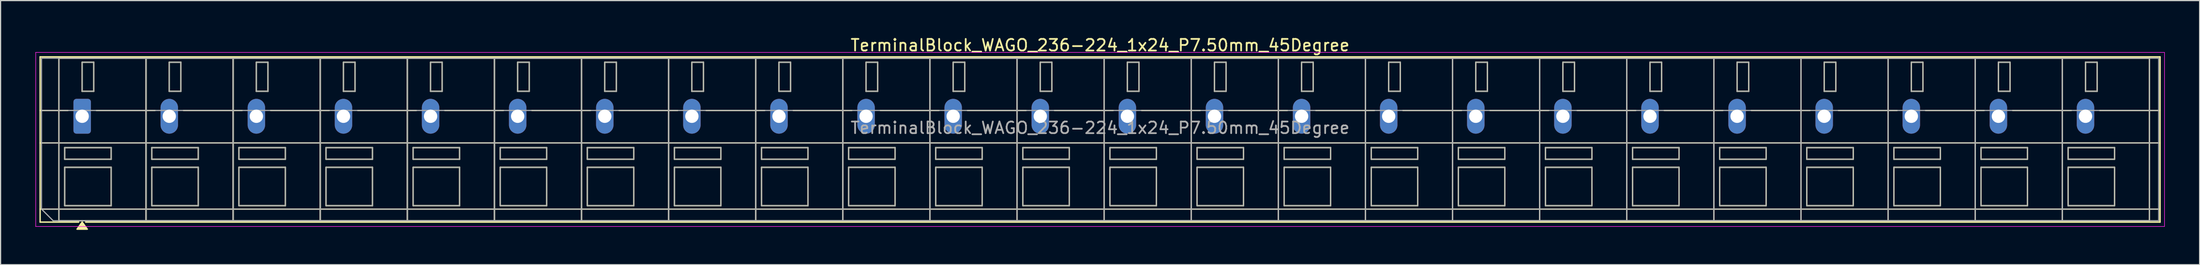
<source format=kicad_pcb>
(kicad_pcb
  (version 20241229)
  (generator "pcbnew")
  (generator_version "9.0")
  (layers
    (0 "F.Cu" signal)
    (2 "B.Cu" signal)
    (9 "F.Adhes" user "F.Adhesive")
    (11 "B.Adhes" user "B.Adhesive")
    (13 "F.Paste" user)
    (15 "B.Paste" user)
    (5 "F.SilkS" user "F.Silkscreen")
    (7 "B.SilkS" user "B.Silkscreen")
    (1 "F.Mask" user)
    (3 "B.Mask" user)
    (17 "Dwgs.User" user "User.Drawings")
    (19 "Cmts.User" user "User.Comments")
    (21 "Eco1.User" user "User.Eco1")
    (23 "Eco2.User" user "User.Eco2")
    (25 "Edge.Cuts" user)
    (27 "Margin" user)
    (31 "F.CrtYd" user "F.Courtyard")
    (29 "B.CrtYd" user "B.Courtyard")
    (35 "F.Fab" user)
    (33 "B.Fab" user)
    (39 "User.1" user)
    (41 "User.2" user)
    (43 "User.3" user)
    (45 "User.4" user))
  (footprint "TerminalBlock_WAGO_236-224_1x24_P7.50mm_45Degree"
    (layer "F.Cu")
    (at 4.025 6.968)
    (property "Reference" "TerminalBlock_WAGO_236-224_1x24_P7.50mm_45Degree" (at 87.65 -6.12 0) (layer "F.SilkS") (effects (font (size 1 1) (thickness 0.15))))
    (attr through_hole)
    (fp_line (start -3.62 -5.12) (end -3.62 9.12) (stroke (width 0.12) (type solid)) (layer "F.SilkS"))
    (fp_line (start -3.62 -5.12) (end 178.92 -5.12) (stroke (width 0.12) (type solid)) (layer "F.SilkS"))
    (fp_line (start -3.62 -0.5) (end -1.23 -0.5) (stroke (width 0.12) (type solid)) (layer "F.SilkS"))
    (fp_line (start -3.62 2.3) (end 178.92 2.3) (stroke (width 0.12) (type solid)) (layer "F.SilkS"))
    (fp_line (start -3.62 8) (end 178.92 8) (stroke (width 0.12) (type solid)) (layer "F.SilkS"))
    (fp_line (start -3.62 9.12) (end -0.3 9.12) (stroke (width 0.12) (type solid)) (layer "F.SilkS"))
    (fp_line (start -2 -5) (end -2 9) (stroke (width 0.12) (type solid)) (layer "F.SilkS"))
    (fp_line (start -2 -5) (end 5.5 -5) (stroke (width 0.12) (type solid)) (layer "F.SilkS"))
    (fp_line (start -2 9) (end 5.5 9) (stroke (width 0.12) (type solid)) (layer "F.SilkS"))
    (fp_line (start -1.5 2.7) (end -1.5 3.7) (stroke (width 0.12) (type solid)) (layer "F.SilkS"))
    (fp_line (start -1.5 2.7) (end 2.5 2.7) (stroke (width 0.12) (type solid)) (layer "F.SilkS"))
    (fp_line (start -1.5 3.7) (end 2.5 3.7) (stroke (width 0.12) (type solid)) (layer "F.SilkS"))
    (fp_line (start -1.5 4.4) (end -1.5 7.7) (stroke (width 0.12) (type solid)) (layer "F.SilkS"))
    (fp_line (start -1.5 4.4) (end 2.5 4.4) (stroke (width 0.12) (type solid)) (layer "F.SilkS"))
    (fp_line (start -1.5 7.7) (end 2.5 7.7) (stroke (width 0.12) (type solid)) (layer "F.SilkS"))
    (fp_line (start 0 -4.65) (end 0 -2.15) (stroke (width 0.12) (type solid)) (layer "F.SilkS"))
    (fp_line (start 0 -4.65) (end 1 -4.65) (stroke (width 0.12) (type solid)) (layer "F.SilkS"))
    (fp_line (start 0 -2.15) (end 1 -2.15) (stroke (width 0.12) (type solid)) (layer "F.SilkS"))
    (fp_line (start 0.3 9.12) (end 178.92 9.12) (stroke (width 0.12) (type solid)) (layer "F.SilkS"))
    (fp_line (start 1 -4.65) (end 1 -2.15) (stroke (width 0.12) (type solid)) (layer "F.SilkS"))
    (fp_line (start 1.23 -0.5) (end 6.27 -0.5) (stroke (width 0.12) (type solid)) (layer "F.SilkS"))
    (fp_line (start 2.5 2.7) (end 2.5 3.7) (stroke (width 0.12) (type solid)) (layer "F.SilkS"))
    (fp_line (start 2.5 4.4) (end 2.5 7.7) (stroke (width 0.12) (type solid)) (layer "F.SilkS"))
    (fp_line (start 5.5 -5) (end 5.5 9) (stroke (width 0.12) (type solid)) (layer "F.SilkS"))
    (fp_line (start 5.5 -5) (end 5.5 9) (stroke (width 0.12) (type solid)) (layer "F.SilkS"))
    (fp_line (start 5.5 -5) (end 13 -5) (stroke (width 0.12) (type solid)) (layer "F.SilkS"))
    (fp_line (start 5.5 9) (end 13 9) (stroke (width 0.12) (type solid)) (layer "F.SilkS"))
    (fp_line (start 6 2.7) (end 6 3.7) (stroke (width 0.12) (type solid)) (layer "F.SilkS"))
    (fp_line (start 6 2.7) (end 10 2.7) (stroke (width 0.12) (type solid)) (layer "F.SilkS"))
    (fp_line (start 6 3.7) (end 10 3.7) (stroke (width 0.12) (type solid)) (layer "F.SilkS"))
    (fp_line (start 6 4.4) (end 6 7.7) (stroke (width 0.12) (type solid)) (layer "F.SilkS"))
    (fp_line (start 6 4.4) (end 10 4.4) (stroke (width 0.12) (type solid)) (layer "F.SilkS"))
    (fp_line (start 6 7.7) (end 10 7.7) (stroke (width 0.12) (type solid)) (layer "F.SilkS"))
    (fp_line (start 7.5 -4.65) (end 7.5 -2.15) (stroke (width 0.12) (type solid)) (layer "F.SilkS"))
    (fp_line (start 7.5 -4.65) (end 8.5 -4.65) (stroke (width 0.12) (type solid)) (layer "F.SilkS"))
    (fp_line (start 7.5 -2.15) (end 8.5 -2.15) (stroke (width 0.12) (type solid)) (layer "F.SilkS"))
    (fp_line (start 8.5 -4.65) (end 8.5 -2.15) (stroke (width 0.12) (type solid)) (layer "F.SilkS"))
    (fp_line (start 8.73 -0.5) (end 13.77 -0.5) (stroke (width 0.12) (type solid)) (layer "F.SilkS"))
    (fp_line (start 10 2.7) (end 10 3.7) (stroke (width 0.12) (type solid)) (layer "F.SilkS"))
    (fp_line (start 10 4.4) (end 10 7.7) (stroke (width 0.12) (type solid)) (layer "F.SilkS"))
    (fp_line (start 13 -5) (end 13 9) (stroke (width 0.12) (type solid)) (layer "F.SilkS"))
    (fp_line (start 13 -5) (end 13 9) (stroke (width 0.12) (type solid)) (layer "F.SilkS"))
    (fp_line (start 13 -5) (end 20.5 -5) (stroke (width 0.12) (type solid)) (layer "F.SilkS"))
    (fp_line (start 13 9) (end 20.5 9) (stroke (width 0.12) (type solid)) (layer "F.SilkS"))
    (fp_line (start 13.5 2.7) (end 13.5 3.7) (stroke (width 0.12) (type solid)) (layer "F.SilkS"))
    (fp_line (start 13.5 2.7) (end 17.5 2.7) (stroke (width 0.12) (type solid)) (layer "F.SilkS"))
    (fp_line (start 13.5 3.7) (end 17.5 3.7) (stroke (width 0.12) (type solid)) (layer "F.SilkS"))
    (fp_line (start 13.5 4.4) (end 13.5 7.7) (stroke (width 0.12) (type solid)) (layer "F.SilkS"))
    (fp_line (start 13.5 4.4) (end 17.5 4.4) (stroke (width 0.12) (type solid)) (layer "F.SilkS"))
    (fp_line (start 13.5 7.7) (end 17.5 7.7) (stroke (width 0.12) (type solid)) (layer "F.SilkS"))
    (fp_line (start 15 -4.65) (end 15 -2.15) (stroke (width 0.12) (type solid)) (layer "F.SilkS"))
    (fp_line (start 15 -4.65) (end 16 -4.65) (stroke (width 0.12) (type solid)) (layer "F.SilkS"))
    (fp_line (start 15 -2.15) (end 16 -2.15) (stroke (width 0.12) (type solid)) (layer "F.SilkS"))
    (fp_line (start 16 -4.65) (end 16 -2.15) (stroke (width 0.12) (type solid)) (layer "F.SilkS"))
    (fp_line (start 16.23 -0.5) (end 21.27 -0.5) (stroke (width 0.12) (type solid)) (layer "F.SilkS"))
    (fp_line (start 17.5 2.7) (end 17.5 3.7) (stroke (width 0.12) (type solid)) (layer "F.SilkS"))
    (fp_line (start 17.5 4.4) (end 17.5 7.7) (stroke (width 0.12) (type solid)) (layer "F.SilkS"))
    (fp_line (start 20.5 -5) (end 20.5 9) (stroke (width 0.12) (type solid)) (layer "F.SilkS"))
    (fp_line (start 20.5 -5) (end 20.5 9) (stroke (width 0.12) (type solid)) (layer "F.SilkS"))
    (fp_line (start 20.5 -5) (end 28 -5) (stroke (width 0.12) (type solid)) (layer "F.SilkS"))
    (fp_line (start 20.5 9) (end 28 9) (stroke (width 0.12) (type solid)) (layer "F.SilkS"))
    (fp_line (start 21 2.7) (end 21 3.7) (stroke (width 0.12) (type solid)) (layer "F.SilkS"))
    (fp_line (start 21 2.7) (end 25 2.7) (stroke (width 0.12) (type solid)) (layer "F.SilkS"))
    (fp_line (start 21 3.7) (end 25 3.7) (stroke (width 0.12) (type solid)) (layer "F.SilkS"))
    (fp_line (start 21 4.4) (end 21 7.7) (stroke (width 0.12) (type solid)) (layer "F.SilkS"))
    (fp_line (start 21 4.4) (end 25 4.4) (stroke (width 0.12) (type solid)) (layer "F.SilkS"))
    (fp_line (start 21 7.7) (end 25 7.7) (stroke (width 0.12) (type solid)) (layer "F.SilkS"))
    (fp_line (start 22.5 -4.65) (end 22.5 -2.15) (stroke (width 0.12) (type solid)) (layer "F.SilkS"))
    (fp_line (start 22.5 -4.65) (end 23.5 -4.65) (stroke (width 0.12) (type solid)) (layer "F.SilkS"))
    (fp_line (start 22.5 -2.15) (end 23.5 -2.15) (stroke (width 0.12) (type solid)) (layer "F.SilkS"))
    (fp_line (start 23.5 -4.65) (end 23.5 -2.15) (stroke (width 0.12) (type solid)) (layer "F.SilkS"))
    (fp_line (start 23.73 -0.5) (end 28.77 -0.5) (stroke (width 0.12) (type solid)) (layer "F.SilkS"))
    (fp_line (start 25 2.7) (end 25 3.7) (stroke (width 0.12) (type solid)) (layer "F.SilkS"))
    (fp_line (start 25 4.4) (end 25 7.7) (stroke (width 0.12) (type solid)) (layer "F.SilkS"))
    (fp_line (start 28 -5) (end 28 9) (stroke (width 0.12) (type solid)) (layer "F.SilkS"))
    (fp_line (start 28 -5) (end 28 9) (stroke (width 0.12) (type solid)) (layer "F.SilkS"))
    (fp_line (start 28 -5) (end 35.5 -5) (stroke (width 0.12) (type solid)) (layer "F.SilkS"))
    (fp_line (start 28 9) (end 35.5 9) (stroke (width 0.12) (type solid)) (layer "F.SilkS"))
    (fp_line (start 28.5 2.7) (end 28.5 3.7) (stroke (width 0.12) (type solid)) (layer "F.SilkS"))
    (fp_line (start 28.5 2.7) (end 32.5 2.7) (stroke (width 0.12) (type solid)) (layer "F.SilkS"))
    (fp_line (start 28.5 3.7) (end 32.5 3.7) (stroke (width 0.12) (type solid)) (layer "F.SilkS"))
    (fp_line (start 28.5 4.4) (end 28.5 7.7) (stroke (width 0.12) (type solid)) (layer "F.SilkS"))
    (fp_line (start 28.5 4.4) (end 32.5 4.4) (stroke (width 0.12) (type solid)) (layer "F.SilkS"))
    (fp_line (start 28.5 7.7) (end 32.5 7.7) (stroke (width 0.12) (type solid)) (layer "F.SilkS"))
    (fp_line (start 30 -4.65) (end 30 -2.15) (stroke (width 0.12) (type solid)) (layer "F.SilkS"))
    (fp_line (start 30 -4.65) (end 31 -4.65) (stroke (width 0.12) (type solid)) (layer "F.SilkS"))
    (fp_line (start 30 -2.15) (end 31 -2.15) (stroke (width 0.12) (type solid)) (layer "F.SilkS"))
    (fp_line (start 31 -4.65) (end 31 -2.15) (stroke (width 0.12) (type solid)) (layer "F.SilkS"))
    (fp_line (start 31.23 -0.5) (end 36.27 -0.5) (stroke (width 0.12) (type solid)) (layer "F.SilkS"))
    (fp_line (start 32.5 2.7) (end 32.5 3.7) (stroke (width 0.12) (type solid)) (layer "F.SilkS"))
    (fp_line (start 32.5 4.4) (end 32.5 7.7) (stroke (width 0.12) (type solid)) (layer "F.SilkS"))
    (fp_line (start 35.5 -5) (end 35.5 9) (stroke (width 0.12) (type solid)) (layer "F.SilkS"))
    (fp_line (start 35.5 -5) (end 35.5 9) (stroke (width 0.12) (type solid)) (layer "F.SilkS"))
    (fp_line (start 35.5 -5) (end 43 -5) (stroke (width 0.12) (type solid)) (layer "F.SilkS"))
    (fp_line (start 35.5 9) (end 43 9) (stroke (width 0.12) (type solid)) (layer "F.SilkS"))
    (fp_line (start 36 2.7) (end 36 3.7) (stroke (width 0.12) (type solid)) (layer "F.SilkS"))
    (fp_line (start 36 2.7) (end 40 2.7) (stroke (width 0.12) (type solid)) (layer "F.SilkS"))
    (fp_line (start 36 3.7) (end 40 3.7) (stroke (width 0.12) (type solid)) (layer "F.SilkS"))
    (fp_line (start 36 4.4) (end 36 7.7) (stroke (width 0.12) (type solid)) (layer "F.SilkS"))
    (fp_line (start 36 4.4) (end 40 4.4) (stroke (width 0.12) (type solid)) (layer "F.SilkS"))
    (fp_line (start 36 7.7) (end 40 7.7) (stroke (width 0.12) (type solid)) (layer "F.SilkS"))
    (fp_line (start 37.5 -4.65) (end 37.5 -2.15) (stroke (width 0.12) (type solid)) (layer "F.SilkS"))
    (fp_line (start 37.5 -4.65) (end 38.5 -4.65) (stroke (width 0.12) (type solid)) (layer "F.SilkS"))
    (fp_line (start 37.5 -2.15) (end 38.5 -2.15) (stroke (width 0.12) (type solid)) (layer "F.SilkS"))
    (fp_line (start 38.5 -4.65) (end 38.5 -2.15) (stroke (width 0.12) (type solid)) (layer "F.SilkS"))
    (fp_line (start 38.73 -0.5) (end 43.77 -0.5) (stroke (width 0.12) (type solid)) (layer "F.SilkS"))
    (fp_line (start 40 2.7) (end 40 3.7) (stroke (width 0.12) (type solid)) (layer "F.SilkS"))
    (fp_line (start 40 4.4) (end 40 7.7) (stroke (width 0.12) (type solid)) (layer "F.SilkS"))
    (fp_line (start 43 -5) (end 43 9) (stroke (width 0.12) (type solid)) (layer "F.SilkS"))
    (fp_line (start 43 -5) (end 43 9) (stroke (width 0.12) (type solid)) (layer "F.SilkS"))
    (fp_line (start 43 -5) (end 50.5 -5) (stroke (width 0.12) (type solid)) (layer "F.SilkS"))
    (fp_line (start 43 9) (end 50.5 9) (stroke (width 0.12) (type solid)) (layer "F.SilkS"))
    (fp_line (start 43.5 2.7) (end 43.5 3.7) (stroke (width 0.12) (type solid)) (layer "F.SilkS"))
    (fp_line (start 43.5 2.7) (end 47.5 2.7) (stroke (width 0.12) (type solid)) (layer "F.SilkS"))
    (fp_line (start 43.5 3.7) (end 47.5 3.7) (stroke (width 0.12) (type solid)) (layer "F.SilkS"))
    (fp_line (start 43.5 4.4) (end 43.5 7.7) (stroke (width 0.12) (type solid)) (layer "F.SilkS"))
    (fp_line (start 43.5 4.4) (end 47.5 4.4) (stroke (width 0.12) (type solid)) (layer "F.SilkS"))
    (fp_line (start 43.5 7.7) (end 47.5 7.7) (stroke (width 0.12) (type solid)) (layer "F.SilkS"))
    (fp_line (start 45 -4.65) (end 45 -2.15) (stroke (width 0.12) (type solid)) (layer "F.SilkS"))
    (fp_line (start 45 -4.65) (end 46 -4.65) (stroke (width 0.12) (type solid)) (layer "F.SilkS"))
    (fp_line (start 45 -2.15) (end 46 -2.15) (stroke (width 0.12) (type solid)) (layer "F.SilkS"))
    (fp_line (start 46 -4.65) (end 46 -2.15) (stroke (width 0.12) (type solid)) (layer "F.SilkS"))
    (fp_line (start 46.23 -0.5) (end 51.27 -0.5) (stroke (width 0.12) (type solid)) (layer "F.SilkS"))
    (fp_line (start 47.5 2.7) (end 47.5 3.7) (stroke (width 0.12) (type solid)) (layer "F.SilkS"))
    (fp_line (start 47.5 4.4) (end 47.5 7.7) (stroke (width 0.12) (type solid)) (layer "F.SilkS"))
    (fp_line (start 50.5 -5) (end 50.5 9) (stroke (width 0.12) (type solid)) (layer "F.SilkS"))
    (fp_line (start 50.5 -5) (end 50.5 9) (stroke (width 0.12) (type solid)) (layer "F.SilkS"))
    (fp_line (start 50.5 -5) (end 58 -5) (stroke (width 0.12) (type solid)) (layer "F.SilkS"))
    (fp_line (start 50.5 9) (end 58 9) (stroke (width 0.12) (type solid)) (layer "F.SilkS"))
    (fp_line (start 51 2.7) (end 51 3.7) (stroke (width 0.12) (type solid)) (layer "F.SilkS"))
    (fp_line (start 51 2.7) (end 55 2.7) (stroke (width 0.12) (type solid)) (layer "F.SilkS"))
    (fp_line (start 51 3.7) (end 55 3.7) (stroke (width 0.12) (type solid)) (layer "F.SilkS"))
    (fp_line (start 51 4.4) (end 51 7.7) (stroke (width 0.12) (type solid)) (layer "F.SilkS"))
    (fp_line (start 51 4.4) (end 55 4.4) (stroke (width 0.12) (type solid)) (layer "F.SilkS"))
    (fp_line (start 51 7.7) (end 55 7.7) (stroke (width 0.12) (type solid)) (layer "F.SilkS"))
    (fp_line (start 52.5 -4.65) (end 52.5 -2.15) (stroke (width 0.12) (type solid)) (layer "F.SilkS"))
    (fp_line (start 52.5 -4.65) (end 53.5 -4.65) (stroke (width 0.12) (type solid)) (layer "F.SilkS"))
    (fp_line (start 52.5 -2.15) (end 53.5 -2.15) (stroke (width 0.12) (type solid)) (layer "F.SilkS"))
    (fp_line (start 53.5 -4.65) (end 53.5 -2.15) (stroke (width 0.12) (type solid)) (layer "F.SilkS"))
    (fp_line (start 53.73 -0.5) (end 58.77 -0.5) (stroke (width 0.12) (type solid)) (layer "F.SilkS"))
    (fp_line (start 55 2.7) (end 55 3.7) (stroke (width 0.12) (type solid)) (layer "F.SilkS"))
    (fp_line (start 55 4.4) (end 55 7.7) (stroke (width 0.12) (type solid)) (layer "F.SilkS"))
    (fp_line (start 58 -5) (end 58 9) (stroke (width 0.12) (type solid)) (layer "F.SilkS"))
    (fp_line (start 58 -5) (end 58 9) (stroke (width 0.12) (type solid)) (layer "F.SilkS"))
    (fp_line (start 58 -5) (end 65.5 -5) (stroke (width 0.12) (type solid)) (layer "F.SilkS"))
    (fp_line (start 58 9) (end 65.5 9) (stroke (width 0.12) (type solid)) (layer "F.SilkS"))
    (fp_line (start 58.5 2.7) (end 58.5 3.7) (stroke (width 0.12) (type solid)) (layer "F.SilkS"))
    (fp_line (start 58.5 2.7) (end 62.5 2.7) (stroke (width 0.12) (type solid)) (layer "F.SilkS"))
    (fp_line (start 58.5 3.7) (end 62.5 3.7) (stroke (width 0.12) (type solid)) (layer "F.SilkS"))
    (fp_line (start 58.5 4.4) (end 58.5 7.7) (stroke (width 0.12) (type solid)) (layer "F.SilkS"))
    (fp_line (start 58.5 4.4) (end 62.5 4.4) (stroke (width 0.12) (type solid)) (layer "F.SilkS"))
    (fp_line (start 58.5 7.7) (end 62.5 7.7) (stroke (width 0.12) (type solid)) (layer "F.SilkS"))
    (fp_line (start 60 -4.65) (end 60 -2.15) (stroke (width 0.12) (type solid)) (layer "F.SilkS"))
    (fp_line (start 60 -4.65) (end 61 -4.65) (stroke (width 0.12) (type solid)) (layer "F.SilkS"))
    (fp_line (start 60 -2.15) (end 61 -2.15) (stroke (width 0.12) (type solid)) (layer "F.SilkS"))
    (fp_line (start 61 -4.65) (end 61 -2.15) (stroke (width 0.12) (type solid)) (layer "F.SilkS"))
    (fp_line (start 61.23 -0.5) (end 66.27 -0.5) (stroke (width 0.12) (type solid)) (layer "F.SilkS"))
    (fp_line (start 62.5 2.7) (end 62.5 3.7) (stroke (width 0.12) (type solid)) (layer "F.SilkS"))
    (fp_line (start 62.5 4.4) (end 62.5 7.7) (stroke (width 0.12) (type solid)) (layer "F.SilkS"))
    (fp_line (start 65.5 -5) (end 65.5 9) (stroke (width 0.12) (type solid)) (layer "F.SilkS"))
    (fp_line (start 65.5 -5) (end 65.5 9) (stroke (width 0.12) (type solid)) (layer "F.SilkS"))
    (fp_line (start 65.5 -5) (end 73 -5) (stroke (width 0.12) (type solid)) (layer "F.SilkS"))
    (fp_line (start 65.5 9) (end 73 9) (stroke (width 0.12) (type solid)) (layer "F.SilkS"))
    (fp_line (start 66 2.7) (end 66 3.7) (stroke (width 0.12) (type solid)) (layer "F.SilkS"))
    (fp_line (start 66 2.7) (end 70 2.7) (stroke (width 0.12) (type solid)) (layer "F.SilkS"))
    (fp_line (start 66 3.7) (end 70 3.7) (stroke (width 0.12) (type solid)) (layer "F.SilkS"))
    (fp_line (start 66 4.4) (end 66 7.7) (stroke (width 0.12) (type solid)) (layer "F.SilkS"))
    (fp_line (start 66 4.4) (end 70 4.4) (stroke (width 0.12) (type solid)) (layer "F.SilkS"))
    (fp_line (start 66 7.7) (end 70 7.7) (stroke (width 0.12) (type solid)) (layer "F.SilkS"))
    (fp_line (start 67.5 -4.65) (end 67.5 -2.15) (stroke (width 0.12) (type solid)) (layer "F.SilkS"))
    (fp_line (start 67.5 -4.65) (end 68.5 -4.65) (stroke (width 0.12) (type solid)) (layer "F.SilkS"))
    (fp_line (start 67.5 -2.15) (end 68.5 -2.15) (stroke (width 0.12) (type solid)) (layer "F.SilkS"))
    (fp_line (start 68.5 -4.65) (end 68.5 -2.15) (stroke (width 0.12) (type solid)) (layer "F.SilkS"))
    (fp_line (start 68.73 -0.5) (end 73.77 -0.5) (stroke (width 0.12) (type solid)) (layer "F.SilkS"))
    (fp_line (start 70 2.7) (end 70 3.7) (stroke (width 0.12) (type solid)) (layer "F.SilkS"))
    (fp_line (start 70 4.4) (end 70 7.7) (stroke (width 0.12) (type solid)) (layer "F.SilkS"))
    (fp_line (start 73 -5) (end 73 9) (stroke (width 0.12) (type solid)) (layer "F.SilkS"))
    (fp_line (start 73 -5) (end 73 9) (stroke (width 0.12) (type solid)) (layer "F.SilkS"))
    (fp_line (start 73 -5) (end 80.5 -5) (stroke (width 0.12) (type solid)) (layer "F.SilkS"))
    (fp_line (start 73 9) (end 80.5 9) (stroke (width 0.12) (type solid)) (layer "F.SilkS"))
    (fp_line (start 73.5 2.7) (end 73.5 3.7) (stroke (width 0.12) (type solid)) (layer "F.SilkS"))
    (fp_line (start 73.5 2.7) (end 77.5 2.7) (stroke (width 0.12) (type solid)) (layer "F.SilkS"))
    (fp_line (start 73.5 3.7) (end 77.5 3.7) (stroke (width 0.12) (type solid)) (layer "F.SilkS"))
    (fp_line (start 73.5 4.4) (end 73.5 7.7) (stroke (width 0.12) (type solid)) (layer "F.SilkS"))
    (fp_line (start 73.5 4.4) (end 77.5 4.4) (stroke (width 0.12) (type solid)) (layer "F.SilkS"))
    (fp_line (start 73.5 7.7) (end 77.5 7.7) (stroke (width 0.12) (type solid)) (layer "F.SilkS"))
    (fp_line (start 75 -4.65) (end 75 -2.15) (stroke (width 0.12) (type solid)) (layer "F.SilkS"))
    (fp_line (start 75 -4.65) (end 76 -4.65) (stroke (width 0.12) (type solid)) (layer "F.SilkS"))
    (fp_line (start 75 -2.15) (end 76 -2.15) (stroke (width 0.12) (type solid)) (layer "F.SilkS"))
    (fp_line (start 76 -4.65) (end 76 -2.15) (stroke (width 0.12) (type solid)) (layer "F.SilkS"))
    (fp_line (start 76.23 -0.5) (end 81.27 -0.5) (stroke (width 0.12) (type solid)) (layer "F.SilkS"))
    (fp_line (start 77.5 2.7) (end 77.5 3.7) (stroke (width 0.12) (type solid)) (layer "F.SilkS"))
    (fp_line (start 77.5 4.4) (end 77.5 7.7) (stroke (width 0.12) (type solid)) (layer "F.SilkS"))
    (fp_line (start 80.5 -5) (end 80.5 9) (stroke (width 0.12) (type solid)) (layer "F.SilkS"))
    (fp_line (start 80.5 -5) (end 80.5 9) (stroke (width 0.12) (type solid)) (layer "F.SilkS"))
    (fp_line (start 80.5 -5) (end 88 -5) (stroke (width 0.12) (type solid)) (layer "F.SilkS"))
    (fp_line (start 80.5 9) (end 88 9) (stroke (width 0.12) (type solid)) (layer "F.SilkS"))
    (fp_line (start 81 2.7) (end 81 3.7) (stroke (width 0.12) (type solid)) (layer "F.SilkS"))
    (fp_line (start 81 2.7) (end 85 2.7) (stroke (width 0.12) (type solid)) (layer "F.SilkS"))
    (fp_line (start 81 3.7) (end 85 3.7) (stroke (width 0.12) (type solid)) (layer "F.SilkS"))
    (fp_line (start 81 4.4) (end 81 7.7) (stroke (width 0.12) (type solid)) (layer "F.SilkS"))
    (fp_line (start 81 4.4) (end 85 4.4) (stroke (width 0.12) (type solid)) (layer "F.SilkS"))
    (fp_line (start 81 7.7) (end 85 7.7) (stroke (width 0.12) (type solid)) (layer "F.SilkS"))
    (fp_line (start 82.5 -4.65) (end 82.5 -2.15) (stroke (width 0.12) (type solid)) (layer "F.SilkS"))
    (fp_line (start 82.5 -4.65) (end 83.5 -4.65) (stroke (width 0.12) (type solid)) (layer "F.SilkS"))
    (fp_line (start 82.5 -2.15) (end 83.5 -2.15) (stroke (width 0.12) (type solid)) (layer "F.SilkS"))
    (fp_line (start 83.5 -4.65) (end 83.5 -2.15) (stroke (width 0.12) (type solid)) (layer "F.SilkS"))
    (fp_line (start 83.73 -0.5) (end 88.77 -0.5) (stroke (width 0.12) (type solid)) (layer "F.SilkS"))
    (fp_line (start 85 2.7) (end 85 3.7) (stroke (width 0.12) (type solid)) (layer "F.SilkS"))
    (fp_line (start 85 4.4) (end 85 7.7) (stroke (width 0.12) (type solid)) (layer "F.SilkS"))
    (fp_line (start 88 -5) (end 88 9) (stroke (width 0.12) (type solid)) (layer "F.SilkS"))
    (fp_line (start 88 -5) (end 88 9) (stroke (width 0.12) (type solid)) (layer "F.SilkS"))
    (fp_line (start 88 -5) (end 95.5 -5) (stroke (width 0.12) (type solid)) (layer "F.SilkS"))
    (fp_line (start 88 9) (end 95.5 9) (stroke (width 0.12) (type solid)) (layer "F.SilkS"))
    (fp_line (start 88.5 2.7) (end 88.5 3.7) (stroke (width 0.12) (type solid)) (layer "F.SilkS"))
    (fp_line (start 88.5 2.7) (end 92.5 2.7) (stroke (width 0.12) (type solid)) (layer "F.SilkS"))
    (fp_line (start 88.5 3.7) (end 92.5 3.7) (stroke (width 0.12) (type solid)) (layer "F.SilkS"))
    (fp_line (start 88.5 4.4) (end 88.5 7.7) (stroke (width 0.12) (type solid)) (layer "F.SilkS"))
    (fp_line (start 88.5 4.4) (end 92.5 4.4) (stroke (width 0.12) (type solid)) (layer "F.SilkS"))
    (fp_line (start 88.5 7.7) (end 92.5 7.7) (stroke (width 0.12) (type solid)) (layer "F.SilkS"))
    (fp_line (start 90 -4.65) (end 90 -2.15) (stroke (width 0.12) (type solid)) (layer "F.SilkS"))
    (fp_line (start 90 -4.65) (end 91 -4.65) (stroke (width 0.12) (type solid)) (layer "F.SilkS"))
    (fp_line (start 90 -2.15) (end 91 -2.15) (stroke (width 0.12) (type solid)) (layer "F.SilkS"))
    (fp_line (start 91 -4.65) (end 91 -2.15) (stroke (width 0.12) (type solid)) (layer "F.SilkS"))
    (fp_line (start 91.23 -0.5) (end 96.27 -0.5) (stroke (width 0.12) (type solid)) (layer "F.SilkS"))
    (fp_line (start 92.5 2.7) (end 92.5 3.7) (stroke (width 0.12) (type solid)) (layer "F.SilkS"))
    (fp_line (start 92.5 4.4) (end 92.5 7.7) (stroke (width 0.12) (type solid)) (layer "F.SilkS"))
    (fp_line (start 95.5 -5) (end 95.5 9) (stroke (width 0.12) (type solid)) (layer "F.SilkS"))
    (fp_line (start 95.5 -5) (end 95.5 9) (stroke (width 0.12) (type solid)) (layer "F.SilkS"))
    (fp_line (start 95.5 -5) (end 103 -5) (stroke (width 0.12) (type solid)) (layer "F.SilkS"))
    (fp_line (start 95.5 9) (end 103 9) (stroke (width 0.12) (type solid)) (layer "F.SilkS"))
    (fp_line (start 96 2.7) (end 96 3.7) (stroke (width 0.12) (type solid)) (layer "F.SilkS"))
    (fp_line (start 96 2.7) (end 100 2.7) (stroke (width 0.12) (type solid)) (layer "F.SilkS"))
    (fp_line (start 96 3.7) (end 100 3.7) (stroke (width 0.12) (type solid)) (layer "F.SilkS"))
    (fp_line (start 96 4.4) (end 96 7.7) (stroke (width 0.12) (type solid)) (layer "F.SilkS"))
    (fp_line (start 96 4.4) (end 100 4.4) (stroke (width 0.12) (type solid)) (layer "F.SilkS"))
    (fp_line (start 96 7.7) (end 100 7.7) (stroke (width 0.12) (type solid)) (layer "F.SilkS"))
    (fp_line (start 97.5 -4.65) (end 97.5 -2.15) (stroke (width 0.12) (type solid)) (layer "F.SilkS"))
    (fp_line (start 97.5 -4.65) (end 98.5 -4.65) (stroke (width 0.12) (type solid)) (layer "F.SilkS"))
    (fp_line (start 97.5 -2.15) (end 98.5 -2.15) (stroke (width 0.12) (type solid)) (layer "F.SilkS"))
    (fp_line (start 98.5 -4.65) (end 98.5 -2.15) (stroke (width 0.12) (type solid)) (layer "F.SilkS"))
    (fp_line (start 98.73 -0.5) (end 103.77 -0.5) (stroke (width 0.12) (type solid)) (layer "F.SilkS"))
    (fp_line (start 100 2.7) (end 100 3.7) (stroke (width 0.12) (type solid)) (layer "F.SilkS"))
    (fp_line (start 100 4.4) (end 100 7.7) (stroke (width 0.12) (type solid)) (layer "F.SilkS"))
    (fp_line (start 103 -5) (end 103 9) (stroke (width 0.12) (type solid)) (layer "F.SilkS"))
    (fp_line (start 103 -5) (end 103 9) (stroke (width 0.12) (type solid)) (layer "F.SilkS"))
    (fp_line (start 103 -5) (end 110.5 -5) (stroke (width 0.12) (type solid)) (layer "F.SilkS"))
    (fp_line (start 103 9) (end 110.5 9) (stroke (width 0.12) (type solid)) (layer "F.SilkS"))
    (fp_line (start 103.5 2.7) (end 103.5 3.7) (stroke (width 0.12) (type solid)) (layer "F.SilkS"))
    (fp_line (start 103.5 2.7) (end 107.5 2.7) (stroke (width 0.12) (type solid)) (layer "F.SilkS"))
    (fp_line (start 103.5 3.7) (end 107.5 3.7) (stroke (width 0.12) (type solid)) (layer "F.SilkS"))
    (fp_line (start 103.5 4.4) (end 103.5 7.7) (stroke (width 0.12) (type solid)) (layer "F.SilkS"))
    (fp_line (start 103.5 4.4) (end 107.5 4.4) (stroke (width 0.12) (type solid)) (layer "F.SilkS"))
    (fp_line (start 103.5 7.7) (end 107.5 7.7) (stroke (width 0.12) (type solid)) (layer "F.SilkS"))
    (fp_line (start 105 -4.65) (end 105 -2.15) (stroke (width 0.12) (type solid)) (layer "F.SilkS"))
    (fp_line (start 105 -4.65) (end 106 -4.65) (stroke (width 0.12) (type solid)) (layer "F.SilkS"))
    (fp_line (start 105 -2.15) (end 106 -2.15) (stroke (width 0.12) (type solid)) (layer "F.SilkS"))
    (fp_line (start 106 -4.65) (end 106 -2.15) (stroke (width 0.12) (type solid)) (layer "F.SilkS"))
    (fp_line (start 106.23 -0.5) (end 111.27 -0.5) (stroke (width 0.12) (type solid)) (layer "F.SilkS"))
    (fp_line (start 107.5 2.7) (end 107.5 3.7) (stroke (width 0.12) (type solid)) (layer "F.SilkS"))
    (fp_line (start 107.5 4.4) (end 107.5 7.7) (stroke (width 0.12) (type solid)) (layer "F.SilkS"))
    (fp_line (start 110.5 -5) (end 110.5 9) (stroke (width 0.12) (type solid)) (layer "F.SilkS"))
    (fp_line (start 110.5 -5) (end 110.5 9) (stroke (width 0.12) (type solid)) (layer "F.SilkS"))
    (fp_line (start 110.5 -5) (end 118 -5) (stroke (width 0.12) (type solid)) (layer "F.SilkS"))
    (fp_line (start 110.5 9) (end 118 9) (stroke (width 0.12) (type solid)) (layer "F.SilkS"))
    (fp_line (start 111 2.7) (end 111 3.7) (stroke (width 0.12) (type solid)) (layer "F.SilkS"))
    (fp_line (start 111 2.7) (end 115 2.7) (stroke (width 0.12) (type solid)) (layer "F.SilkS"))
    (fp_line (start 111 3.7) (end 115 3.7) (stroke (width 0.12) (type solid)) (layer "F.SilkS"))
    (fp_line (start 111 4.4) (end 111 7.7) (stroke (width 0.12) (type solid)) (layer "F.SilkS"))
    (fp_line (start 111 4.4) (end 115 4.4) (stroke (width 0.12) (type solid)) (layer "F.SilkS"))
    (fp_line (start 111 7.7) (end 115 7.7) (stroke (width 0.12) (type solid)) (layer "F.SilkS"))
    (fp_line (start 112.5 -4.65) (end 112.5 -2.15) (stroke (width 0.12) (type solid)) (layer "F.SilkS"))
    (fp_line (start 112.5 -4.65) (end 113.5 -4.65) (stroke (width 0.12) (type solid)) (layer "F.SilkS"))
    (fp_line (start 112.5 -2.15) (end 113.5 -2.15) (stroke (width 0.12) (type solid)) (layer "F.SilkS"))
    (fp_line (start 113.5 -4.65) (end 113.5 -2.15) (stroke (width 0.12) (type solid)) (layer "F.SilkS"))
    (fp_line (start 113.73 -0.5) (end 118.77 -0.5) (stroke (width 0.12) (type solid)) (layer "F.SilkS"))
    (fp_line (start 115 2.7) (end 115 3.7) (stroke (width 0.12) (type solid)) (layer "F.SilkS"))
    (fp_line (start 115 4.4) (end 115 7.7) (stroke (width 0.12) (type solid)) (layer "F.SilkS"))
    (fp_line (start 118 -5) (end 118 9) (stroke (width 0.12) (type solid)) (layer "F.SilkS"))
    (fp_line (start 118 -5) (end 118 9) (stroke (width 0.12) (type solid)) (layer "F.SilkS"))
    (fp_line (start 118 -5) (end 125.5 -5) (stroke (width 0.12) (type solid)) (layer "F.SilkS"))
    (fp_line (start 118 9) (end 125.5 9) (stroke (width 0.12) (type solid)) (layer "F.SilkS"))
    (fp_line (start 118.5 2.7) (end 118.5 3.7) (stroke (width 0.12) (type solid)) (layer "F.SilkS"))
    (fp_line (start 118.5 2.7) (end 122.5 2.7) (stroke (width 0.12) (type solid)) (layer "F.SilkS"))
    (fp_line (start 118.5 3.7) (end 122.5 3.7) (stroke (width 0.12) (type solid)) (layer "F.SilkS"))
    (fp_line (start 118.5 4.4) (end 118.5 7.7) (stroke (width 0.12) (type solid)) (layer "F.SilkS"))
    (fp_line (start 118.5 4.4) (end 122.5 4.4) (stroke (width 0.12) (type solid)) (layer "F.SilkS"))
    (fp_line (start 118.5 7.7) (end 122.5 7.7) (stroke (width 0.12) (type solid)) (layer "F.SilkS"))
    (fp_line (start 120 -4.65) (end 120 -2.15) (stroke (width 0.12) (type solid)) (layer "F.SilkS"))
    (fp_line (start 120 -4.65) (end 121 -4.65) (stroke (width 0.12) (type solid)) (layer "F.SilkS"))
    (fp_line (start 120 -2.15) (end 121 -2.15) (stroke (width 0.12) (type solid)) (layer "F.SilkS"))
    (fp_line (start 121 -4.65) (end 121 -2.15) (stroke (width 0.12) (type solid)) (layer "F.SilkS"))
    (fp_line (start 121.23 -0.5) (end 126.27 -0.5) (stroke (width 0.12) (type solid)) (layer "F.SilkS"))
    (fp_line (start 122.5 2.7) (end 122.5 3.7) (stroke (width 0.12) (type solid)) (layer "F.SilkS"))
    (fp_line (start 122.5 4.4) (end 122.5 7.7) (stroke (width 0.12) (type solid)) (layer "F.SilkS"))
    (fp_line (start 125.5 -5) (end 125.5 9) (stroke (width 0.12) (type solid)) (layer "F.SilkS"))
    (fp_line (start 125.5 -5) (end 125.5 9) (stroke (width 0.12) (type solid)) (layer "F.SilkS"))
    (fp_line (start 125.5 -5) (end 133 -5) (stroke (width 0.12) (type solid)) (layer "F.SilkS"))
    (fp_line (start 125.5 9) (end 133 9) (stroke (width 0.12) (type solid)) (layer "F.SilkS"))
    (fp_line (start 126 2.7) (end 126 3.7) (stroke (width 0.12) (type solid)) (layer "F.SilkS"))
    (fp_line (start 126 2.7) (end 130 2.7) (stroke (width 0.12) (type solid)) (layer "F.SilkS"))
    (fp_line (start 126 3.7) (end 130 3.7) (stroke (width 0.12) (type solid)) (layer "F.SilkS"))
    (fp_line (start 126 4.4) (end 126 7.7) (stroke (width 0.12) (type solid)) (layer "F.SilkS"))
    (fp_line (start 126 4.4) (end 130 4.4) (stroke (width 0.12) (type solid)) (layer "F.SilkS"))
    (fp_line (start 126 7.7) (end 130 7.7) (stroke (width 0.12) (type solid)) (layer "F.SilkS"))
    (fp_line (start 127.5 -4.65) (end 127.5 -2.15) (stroke (width 0.12) (type solid)) (layer "F.SilkS"))
    (fp_line (start 127.5 -4.65) (end 128.5 -4.65) (stroke (width 0.12) (type solid)) (layer "F.SilkS"))
    (fp_line (start 127.5 -2.15) (end 128.5 -2.15) (stroke (width 0.12) (type solid)) (layer "F.SilkS"))
    (fp_line (start 128.5 -4.65) (end 128.5 -2.15) (stroke (width 0.12) (type solid)) (layer "F.SilkS"))
    (fp_line (start 128.73 -0.5) (end 133.77 -0.5) (stroke (width 0.12) (type solid)) (layer "F.SilkS"))
    (fp_line (start 130 2.7) (end 130 3.7) (stroke (width 0.12) (type solid)) (layer "F.SilkS"))
    (fp_line (start 130 4.4) (end 130 7.7) (stroke (width 0.12) (type solid)) (layer "F.SilkS"))
    (fp_line (start 133 -5) (end 133 9) (stroke (width 0.12) (type solid)) (layer "F.SilkS"))
    (fp_line (start 133 -5) (end 133 9) (stroke (width 0.12) (type solid)) (layer "F.SilkS"))
    (fp_line (start 133 -5) (end 140.5 -5) (stroke (width 0.12) (type solid)) (layer "F.SilkS"))
    (fp_line (start 133 9) (end 140.5 9) (stroke (width 0.12) (type solid)) (layer "F.SilkS"))
    (fp_line (start 133.5 2.7) (end 133.5 3.7) (stroke (width 0.12) (type solid)) (layer "F.SilkS"))
    (fp_line (start 133.5 2.7) (end 137.5 2.7) (stroke (width 0.12) (type solid)) (layer "F.SilkS"))
    (fp_line (start 133.5 3.7) (end 137.5 3.7) (stroke (width 0.12) (type solid)) (layer "F.SilkS"))
    (fp_line (start 133.5 4.4) (end 133.5 7.7) (stroke (width 0.12) (type solid)) (layer "F.SilkS"))
    (fp_line (start 133.5 4.4) (end 137.5 4.4) (stroke (width 0.12) (type solid)) (layer "F.SilkS"))
    (fp_line (start 133.5 7.7) (end 137.5 7.7) (stroke (width 0.12) (type solid)) (layer "F.SilkS"))
    (fp_line (start 135 -4.65) (end 135 -2.15) (stroke (width 0.12) (type solid)) (layer "F.SilkS"))
    (fp_line (start 135 -4.65) (end 136 -4.65) (stroke (width 0.12) (type solid)) (layer "F.SilkS"))
    (fp_line (start 135 -2.15) (end 136 -2.15) (stroke (width 0.12) (type solid)) (layer "F.SilkS"))
    (fp_line (start 136 -4.65) (end 136 -2.15) (stroke (width 0.12) (type solid)) (layer "F.SilkS"))
    (fp_line (start 136.23 -0.5) (end 141.27 -0.5) (stroke (width 0.12) (type solid)) (layer "F.SilkS"))
    (fp_line (start 137.5 2.7) (end 137.5 3.7) (stroke (width 0.12) (type solid)) (layer "F.SilkS"))
    (fp_line (start 137.5 4.4) (end 137.5 7.7) (stroke (width 0.12) (type solid)) (layer "F.SilkS"))
    (fp_line (start 140.5 -5) (end 140.5 9) (stroke (width 0.12) (type solid)) (layer "F.SilkS"))
    (fp_line (start 140.5 -5) (end 140.5 9) (stroke (width 0.12) (type solid)) (layer "F.SilkS"))
    (fp_line (start 140.5 -5) (end 148 -5) (stroke (width 0.12) (type solid)) (layer "F.SilkS"))
    (fp_line (start 140.5 9) (end 148 9) (stroke (width 0.12) (type solid)) (layer "F.SilkS"))
    (fp_line (start 141 2.7) (end 141 3.7) (stroke (width 0.12) (type solid)) (layer "F.SilkS"))
    (fp_line (start 141 2.7) (end 145 2.7) (stroke (width 0.12) (type solid)) (layer "F.SilkS"))
    (fp_line (start 141 3.7) (end 145 3.7) (stroke (width 0.12) (type solid)) (layer "F.SilkS"))
    (fp_line (start 141 4.4) (end 141 7.7) (stroke (width 0.12) (type solid)) (layer "F.SilkS"))
    (fp_line (start 141 4.4) (end 145 4.4) (stroke (width 0.12) (type solid)) (layer "F.SilkS"))
    (fp_line (start 141 7.7) (end 145 7.7) (stroke (width 0.12) (type solid)) (layer "F.SilkS"))
    (fp_line (start 142.5 -4.65) (end 142.5 -2.15) (stroke (width 0.12) (type solid)) (layer "F.SilkS"))
    (fp_line (start 142.5 -4.65) (end 143.5 -4.65) (stroke (width 0.12) (type solid)) (layer "F.SilkS"))
    (fp_line (start 142.5 -2.15) (end 143.5 -2.15) (stroke (width 0.12) (type solid)) (layer "F.SilkS"))
    (fp_line (start 143.5 -4.65) (end 143.5 -2.15) (stroke (width 0.12) (type solid)) (layer "F.SilkS"))
    (fp_line (start 143.73 -0.5) (end 148.77 -0.5) (stroke (width 0.12) (type solid)) (layer "F.SilkS"))
    (fp_line (start 145 2.7) (end 145 3.7) (stroke (width 0.12) (type solid)) (layer "F.SilkS"))
    (fp_line (start 145 4.4) (end 145 7.7) (stroke (width 0.12) (type solid)) (layer "F.SilkS"))
    (fp_line (start 148 -5) (end 148 9) (stroke (width 0.12) (type solid)) (layer "F.SilkS"))
    (fp_line (start 148 -5) (end 148 9) (stroke (width 0.12) (type solid)) (layer "F.SilkS"))
    (fp_line (start 148 -5) (end 155.5 -5) (stroke (width 0.12) (type solid)) (layer "F.SilkS"))
    (fp_line (start 148 9) (end 155.5 9) (stroke (width 0.12) (type solid)) (layer "F.SilkS"))
    (fp_line (start 148.5 2.7) (end 148.5 3.7) (stroke (width 0.12) (type solid)) (layer "F.SilkS"))
    (fp_line (start 148.5 2.7) (end 152.5 2.7) (stroke (width 0.12) (type solid)) (layer "F.SilkS"))
    (fp_line (start 148.5 3.7) (end 152.5 3.7) (stroke (width 0.12) (type solid)) (layer "F.SilkS"))
    (fp_line (start 148.5 4.4) (end 148.5 7.7) (stroke (width 0.12) (type solid)) (layer "F.SilkS"))
    (fp_line (start 148.5 4.4) (end 152.5 4.4) (stroke (width 0.12) (type solid)) (layer "F.SilkS"))
    (fp_line (start 148.5 7.7) (end 152.5 7.7) (stroke (width 0.12) (type solid)) (layer "F.SilkS"))
    (fp_line (start 150 -4.65) (end 150 -2.15) (stroke (width 0.12) (type solid)) (layer "F.SilkS"))
    (fp_line (start 150 -4.65) (end 151 -4.65) (stroke (width 0.12) (type solid)) (layer "F.SilkS"))
    (fp_line (start 150 -2.15) (end 151 -2.15) (stroke (width 0.12) (type solid)) (layer "F.SilkS"))
    (fp_line (start 151 -4.65) (end 151 -2.15) (stroke (width 0.12) (type solid)) (layer "F.SilkS"))
    (fp_line (start 151.23 -0.5) (end 156.27 -0.5) (stroke (width 0.12) (type solid)) (layer "F.SilkS"))
    (fp_line (start 152.5 2.7) (end 152.5 3.7) (stroke (width 0.12) (type solid)) (layer "F.SilkS"))
    (fp_line (start 152.5 4.4) (end 152.5 7.7) (stroke (width 0.12) (type solid)) (layer "F.SilkS"))
    (fp_line (start 155.5 -5) (end 155.5 9) (stroke (width 0.12) (type solid)) (layer "F.SilkS"))
    (fp_line (start 155.5 -5) (end 155.5 9) (stroke (width 0.12) (type solid)) (layer "F.SilkS"))
    (fp_line (start 155.5 -5) (end 163 -5) (stroke (width 0.12) (type solid)) (layer "F.SilkS"))
    (fp_line (start 155.5 9) (end 163 9) (stroke (width 0.12) (type solid)) (layer "F.SilkS"))
    (fp_line (start 156 2.7) (end 156 3.7) (stroke (width 0.12) (type solid)) (layer "F.SilkS"))
    (fp_line (start 156 2.7) (end 160 2.7) (stroke (width 0.12) (type solid)) (layer "F.SilkS"))
    (fp_line (start 156 3.7) (end 160 3.7) (stroke (width 0.12) (type solid)) (layer "F.SilkS"))
    (fp_line (start 156 4.4) (end 156 7.7) (stroke (width 0.12) (type solid)) (layer "F.SilkS"))
    (fp_line (start 156 4.4) (end 160 4.4) (stroke (width 0.12) (type solid)) (layer "F.SilkS"))
    (fp_line (start 156 7.7) (end 160 7.7) (stroke (width 0.12) (type solid)) (layer "F.SilkS"))
    (fp_line (start 157.5 -4.65) (end 157.5 -2.15) (stroke (width 0.12) (type solid)) (layer "F.SilkS"))
    (fp_line (start 157.5 -4.65) (end 158.5 -4.65) (stroke (width 0.12) (type solid)) (layer "F.SilkS"))
    (fp_line (start 157.5 -2.15) (end 158.5 -2.15) (stroke (width 0.12) (type solid)) (layer "F.SilkS"))
    (fp_line (start 158.5 -4.65) (end 158.5 -2.15) (stroke (width 0.12) (type solid)) (layer "F.SilkS"))
    (fp_line (start 158.73 -0.5) (end 163.77 -0.5) (stroke (width 0.12) (type solid)) (layer "F.SilkS"))
    (fp_line (start 160 2.7) (end 160 3.7) (stroke (width 0.12) (type solid)) (layer "F.SilkS"))
    (fp_line (start 160 4.4) (end 160 7.7) (stroke (width 0.12) (type solid)) (layer "F.SilkS"))
    (fp_line (start 163 -5) (end 163 9) (stroke (width 0.12) (type solid)) (layer "F.SilkS"))
    (fp_line (start 163 -5) (end 163 9) (stroke (width 0.12) (type solid)) (layer "F.SilkS"))
    (fp_line (start 163 -5) (end 170.5 -5) (stroke (width 0.12) (type solid)) (layer "F.SilkS"))
    (fp_line (start 163 9) (end 170.5 9) (stroke (width 0.12) (type solid)) (layer "F.SilkS"))
    (fp_line (start 163.5 2.7) (end 163.5 3.7) (stroke (width 0.12) (type solid)) (layer "F.SilkS"))
    (fp_line (start 163.5 2.7) (end 167.5 2.7) (stroke (width 0.12) (type solid)) (layer "F.SilkS"))
    (fp_line (start 163.5 3.7) (end 167.5 3.7) (stroke (width 0.12) (type solid)) (layer "F.SilkS"))
    (fp_line (start 163.5 4.4) (end 163.5 7.7) (stroke (width 0.12) (type solid)) (layer "F.SilkS"))
    (fp_line (start 163.5 4.4) (end 167.5 4.4) (stroke (width 0.12) (type solid)) (layer "F.SilkS"))
    (fp_line (start 163.5 7.7) (end 167.5 7.7) (stroke (width 0.12) (type solid)) (layer "F.SilkS"))
    (fp_line (start 165 -4.65) (end 165 -2.15) (stroke (width 0.12) (type solid)) (layer "F.SilkS"))
    (fp_line (start 165 -4.65) (end 166 -4.65) (stroke (width 0.12) (type solid)) (layer "F.SilkS"))
    (fp_line (start 165 -2.15) (end 166 -2.15) (stroke (width 0.12) (type solid)) (layer "F.SilkS"))
    (fp_line (start 166 -4.65) (end 166 -2.15) (stroke (width 0.12) (type solid)) (layer "F.SilkS"))
    (fp_line (start 166.23 -0.5) (end 171.27 -0.5) (stroke (width 0.12) (type solid)) (layer "F.SilkS"))
    (fp_line (start 167.5 2.7) (end 167.5 3.7) (stroke (width 0.12) (type solid)) (layer "F.SilkS"))
    (fp_line (start 167.5 4.4) (end 167.5 7.7) (stroke (width 0.12) (type solid)) (layer "F.SilkS"))
    (fp_line (start 170.5 -5) (end 170.5 9) (stroke (width 0.12) (type solid)) (layer "F.SilkS"))
    (fp_line (start 170.5 -5) (end 170.5 9) (stroke (width 0.12) (type solid)) (layer "F.SilkS"))
    (fp_line (start 170.5 -5) (end 178 -5) (stroke (width 0.12) (type solid)) (layer "F.SilkS"))
    (fp_line (start 170.5 9) (end 178 9) (stroke (width 0.12) (type solid)) (layer "F.SilkS"))
    (fp_line (start 171 2.7) (end 171 3.7) (stroke (width 0.12) (type solid)) (layer "F.SilkS"))
    (fp_line (start 171 2.7) (end 175 2.7) (stroke (width 0.12) (type solid)) (layer "F.SilkS"))
    (fp_line (start 171 3.7) (end 175 3.7) (stroke (width 0.12) (type solid)) (layer "F.SilkS"))
    (fp_line (start 171 4.4) (end 171 7.7) (stroke (width 0.12) (type solid)) (layer "F.SilkS"))
    (fp_line (start 171 4.4) (end 175 4.4) (stroke (width 0.12) (type solid)) (layer "F.SilkS"))
    (fp_line (start 171 7.7) (end 175 7.7) (stroke (width 0.12) (type solid)) (layer "F.SilkS"))
    (fp_line (start 172.5 -4.65) (end 172.5 -2.15) (stroke (width 0.12) (type solid)) (layer "F.SilkS"))
    (fp_line (start 172.5 -4.65) (end 173.5 -4.65) (stroke (width 0.12) (type solid)) (layer "F.SilkS"))
    (fp_line (start 172.5 -2.15) (end 173.5 -2.15) (stroke (width 0.12) (type solid)) (layer "F.SilkS"))
    (fp_line (start 173.5 -4.65) (end 173.5 -2.15) (stroke (width 0.12) (type solid)) (layer "F.SilkS"))
    (fp_line (start 173.73 -0.5) (end 178.92 -0.5) (stroke (width 0.12) (type solid)) (layer "F.SilkS"))
    (fp_line (start 175 2.7) (end 175 3.7) (stroke (width 0.12) (type solid)) (layer "F.SilkS"))
    (fp_line (start 175 4.4) (end 175 7.7) (stroke (width 0.12) (type solid)) (layer "F.SilkS"))
    (fp_line (start 178 -5) (end 178 9) (stroke (width 0.12) (type solid)) (layer "F.SilkS"))
    (fp_line (start 178.92 -5.12) (end 178.92 9.12) (stroke (width 0.12) (type solid)) (layer "F.SilkS"))
    (fp_poly (pts (xy 0 9.12) (xy 0.44 9.73) (xy -0.44 9.73)) (stroke (width 0.12) (type solid)) (fill yes) (layer "F.SilkS"))
    (fp_line (start -4 -5.5) (end -4 9.5) (stroke (width 0.05) (type solid)) (layer "F.CrtYd"))
    (fp_line (start -4 9.5) (end 179.3 9.5) (stroke (width 0.05) (type solid)) (layer "F.CrtYd"))
    (fp_line (start 179.3 -5.5) (end -4 -5.5) (stroke (width 0.05) (type solid)) (layer "F.CrtYd"))
    (fp_line (start 179.3 9.5) (end 179.3 -5.5) (stroke (width 0.05) (type solid)) (layer "F.CrtYd"))
    (fp_line (start -3.5 -5) (end 178.8 -5) (stroke (width 0.1) (type solid)) (layer "F.Fab"))
    (fp_line (start -3.5 -0.5) (end 178.8 -0.5) (stroke (width 0.1) (type solid)) (layer "F.Fab"))
    (fp_line (start -3.5 2.3) (end 178.8 2.3) (stroke (width 0.1) (type solid)) (layer "F.Fab"))
    (fp_line (start -3.5 8) (end -3.5 -5) (stroke (width 0.1) (type solid)) (layer "F.Fab"))
    (fp_line (start -3.5 8) (end 178.8 8) (stroke (width 0.1) (type solid)) (layer "F.Fab"))
    (fp_line (start -2.5 9) (end -3.5 8) (stroke (width 0.1) (type solid)) (layer "F.Fab"))
    (fp_line (start -2 -5) (end -2 9) (stroke (width 0.1) (type solid)) (layer "F.Fab"))
    (fp_line (start -2 9) (end 5.5 9) (stroke (width 0.1) (type solid)) (layer "F.Fab"))
    (fp_line (start -1.5 2.7) (end -1.5 3.7) (stroke (width 0.1) (type solid)) (layer "F.Fab"))
    (fp_line (start -1.5 3.7) (end 2.5 3.7) (stroke (width 0.1) (type solid)) (layer "F.Fab"))
    (fp_line (start -1.5 4.4) (end -1.5 7.7) (stroke (width 0.1) (type solid)) (layer "F.Fab"))
    (fp_line (start -1.5 7.7) (end 2.5 7.7) (stroke (width 0.1) (type solid)) (layer "F.Fab"))
    (fp_line (start 0 -4.65) (end 0 -2.15) (stroke (width 0.1) (type solid)) (layer "F.Fab"))
    (fp_line (start 0 -2.15) (end 1 -2.15) (stroke (width 0.1) (type solid)) (layer "F.Fab"))
    (fp_line (start 1 -4.65) (end 0 -4.65) (stroke (width 0.1) (type solid)) (layer "F.Fab"))
    (fp_line (start 1 -2.15) (end 1 -4.65) (stroke (width 0.1) (type solid)) (layer "F.Fab"))
    (fp_line (start 2.5 2.7) (end -1.5 2.7) (stroke (width 0.1) (type solid)) (layer "F.Fab"))
    (fp_line (start 2.5 3.7) (end 2.5 2.7) (stroke (width 0.1) (type solid)) (layer "F.Fab"))
    (fp_line (start 2.5 4.4) (end -1.5 4.4) (stroke (width 0.1) (type solid)) (layer "F.Fab"))
    (fp_line (start 2.5 7.7) (end 2.5 4.4) (stroke (width 0.1) (type solid)) (layer "F.Fab"))
    (fp_line (start 5.5 -5) (end -2 -5) (stroke (width 0.1) (type solid)) (layer "F.Fab"))
    (fp_line (start 5.5 -5) (end 5.5 9) (stroke (width 0.1) (type solid)) (layer "F.Fab"))
    (fp_line (start 5.5 9) (end 5.5 -5) (stroke (width 0.1) (type solid)) (layer "F.Fab"))
    (fp_line (start 5.5 9) (end 13 9) (stroke (width 0.1) (type solid)) (layer "F.Fab"))
    (fp_line (start 6 2.7) (end 6 3.7) (stroke (width 0.1) (type solid)) (layer "F.Fab"))
    (fp_line (start 6 3.7) (end 10 3.7) (stroke (width 0.1) (type solid)) (layer "F.Fab"))
    (fp_line (start 6 4.4) (end 6 7.7) (stroke (width 0.1) (type solid)) (layer "F.Fab"))
    (fp_line (start 6 7.7) (end 10 7.7) (stroke (width 0.1) (type solid)) (layer "F.Fab"))
    (fp_line (start 7.5 -4.65) (end 7.5 -2.15) (stroke (width 0.1) (type solid)) (layer "F.Fab"))
    (fp_line (start 7.5 -2.15) (end 8.5 -2.15) (stroke (width 0.1) (type solid)) (layer "F.Fab"))
    (fp_line (start 8.5 -4.65) (end 7.5 -4.65) (stroke (width 0.1) (type solid)) (layer "F.Fab"))
    (fp_line (start 8.5 -2.15) (end 8.5 -4.65) (stroke (width 0.1) (type solid)) (layer "F.Fab"))
    (fp_line (start 10 2.7) (end 6 2.7) (stroke (width 0.1) (type solid)) (layer "F.Fab"))
    (fp_line (start 10 3.7) (end 10 2.7) (stroke (width 0.1) (type solid)) (layer "F.Fab"))
    (fp_line (start 10 4.4) (end 6 4.4) (stroke (width 0.1) (type solid)) (layer "F.Fab"))
    (fp_line (start 10 7.7) (end 10 4.4) (stroke (width 0.1) (type solid)) (layer "F.Fab"))
    (fp_line (start 13 -5) (end 5.5 -5) (stroke (width 0.1) (type solid)) (layer "F.Fab"))
    (fp_line (start 13 -5) (end 13 9) (stroke (width 0.1) (type solid)) (layer "F.Fab"))
    (fp_line (start 13 9) (end 13 -5) (stroke (width 0.1) (type solid)) (layer "F.Fab"))
    (fp_line (start 13 9) (end 20.5 9) (stroke (width 0.1) (type solid)) (layer "F.Fab"))
    (fp_line (start 13.5 2.7) (end 13.5 3.7) (stroke (width 0.1) (type solid)) (layer "F.Fab"))
    (fp_line (start 13.5 3.7) (end 17.5 3.7) (stroke (width 0.1) (type solid)) (layer "F.Fab"))
    (fp_line (start 13.5 4.4) (end 13.5 7.7) (stroke (width 0.1) (type solid)) (layer "F.Fab"))
    (fp_line (start 13.5 7.7) (end 17.5 7.7) (stroke (width 0.1) (type solid)) (layer "F.Fab"))
    (fp_line (start 15 -4.65) (end 15 -2.15) (stroke (width 0.1) (type solid)) (layer "F.Fab"))
    (fp_line (start 15 -2.15) (end 16 -2.15) (stroke (width 0.1) (type solid)) (layer "F.Fab"))
    (fp_line (start 16 -4.65) (end 15 -4.65) (stroke (width 0.1) (type solid)) (layer "F.Fab"))
    (fp_line (start 16 -2.15) (end 16 -4.65) (stroke (width 0.1) (type solid)) (layer "F.Fab"))
    (fp_line (start 17.5 2.7) (end 13.5 2.7) (stroke (width 0.1) (type solid)) (layer "F.Fab"))
    (fp_line (start 17.5 3.7) (end 17.5 2.7) (stroke (width 0.1) (type solid)) (layer "F.Fab"))
    (fp_line (start 17.5 4.4) (end 13.5 4.4) (stroke (width 0.1) (type solid)) (layer "F.Fab"))
    (fp_line (start 17.5 7.7) (end 17.5 4.4) (stroke (width 0.1) (type solid)) (layer "F.Fab"))
    (fp_line (start 20.5 -5) (end 13 -5) (stroke (width 0.1) (type solid)) (layer "F.Fab"))
    (fp_line (start 20.5 -5) (end 20.5 9) (stroke (width 0.1) (type solid)) (layer "F.Fab"))
    (fp_line (start 20.5 9) (end 20.5 -5) (stroke (width 0.1) (type solid)) (layer "F.Fab"))
    (fp_line (start 20.5 9) (end 28 9) (stroke (width 0.1) (type solid)) (layer "F.Fab"))
    (fp_line (start 21 2.7) (end 21 3.7) (stroke (width 0.1) (type solid)) (layer "F.Fab"))
    (fp_line (start 21 3.7) (end 25 3.7) (stroke (width 0.1) (type solid)) (layer "F.Fab"))
    (fp_line (start 21 4.4) (end 21 7.7) (stroke (width 0.1) (type solid)) (layer "F.Fab"))
    (fp_line (start 21 7.7) (end 25 7.7) (stroke (width 0.1) (type solid)) (layer "F.Fab"))
    (fp_line (start 22.5 -4.65) (end 22.5 -2.15) (stroke (width 0.1) (type solid)) (layer "F.Fab"))
    (fp_line (start 22.5 -2.15) (end 23.5 -2.15) (stroke (width 0.1) (type solid)) (layer "F.Fab"))
    (fp_line (start 23.5 -4.65) (end 22.5 -4.65) (stroke (width 0.1) (type solid)) (layer "F.Fab"))
    (fp_line (start 23.5 -2.15) (end 23.5 -4.65) (stroke (width 0.1) (type solid)) (layer "F.Fab"))
    (fp_line (start 25 2.7) (end 21 2.7) (stroke (width 0.1) (type solid)) (layer "F.Fab"))
    (fp_line (start 25 3.7) (end 25 2.7) (stroke (width 0.1) (type solid)) (layer "F.Fab"))
    (fp_line (start 25 4.4) (end 21 4.4) (stroke (width 0.1) (type solid)) (layer "F.Fab"))
    (fp_line (start 25 7.7) (end 25 4.4) (stroke (width 0.1) (type solid)) (layer "F.Fab"))
    (fp_line (start 28 -5) (end 20.5 -5) (stroke (width 0.1) (type solid)) (layer "F.Fab"))
    (fp_line (start 28 -5) (end 28 9) (stroke (width 0.1) (type solid)) (layer "F.Fab"))
    (fp_line (start 28 9) (end 28 -5) (stroke (width 0.1) (type solid)) (layer "F.Fab"))
    (fp_line (start 28 9) (end 35.5 9) (stroke (width 0.1) (type solid)) (layer "F.Fab"))
    (fp_line (start 28.5 2.7) (end 28.5 3.7) (stroke (width 0.1) (type solid)) (layer "F.Fab"))
    (fp_line (start 28.5 3.7) (end 32.5 3.7) (stroke (width 0.1) (type solid)) (layer "F.Fab"))
    (fp_line (start 28.5 4.4) (end 28.5 7.7) (stroke (width 0.1) (type solid)) (layer "F.Fab"))
    (fp_line (start 28.5 7.7) (end 32.5 7.7) (stroke (width 0.1) (type solid)) (layer "F.Fab"))
    (fp_line (start 30 -4.65) (end 30 -2.15) (stroke (width 0.1) (type solid)) (layer "F.Fab"))
    (fp_line (start 30 -2.15) (end 31 -2.15) (stroke (width 0.1) (type solid)) (layer "F.Fab"))
    (fp_line (start 31 -4.65) (end 30 -4.65) (stroke (width 0.1) (type solid)) (layer "F.Fab"))
    (fp_line (start 31 -2.15) (end 31 -4.65) (stroke (width 0.1) (type solid)) (layer "F.Fab"))
    (fp_line (start 32.5 2.7) (end 28.5 2.7) (stroke (width 0.1) (type solid)) (layer "F.Fab"))
    (fp_line (start 32.5 3.7) (end 32.5 2.7) (stroke (width 0.1) (type solid)) (layer "F.Fab"))
    (fp_line (start 32.5 4.4) (end 28.5 4.4) (stroke (width 0.1) (type solid)) (layer "F.Fab"))
    (fp_line (start 32.5 7.7) (end 32.5 4.4) (stroke (width 0.1) (type solid)) (layer "F.Fab"))
    (fp_line (start 35.5 -5) (end 28 -5) (stroke (width 0.1) (type solid)) (layer "F.Fab"))
    (fp_line (start 35.5 -5) (end 35.5 9) (stroke (width 0.1) (type solid)) (layer "F.Fab"))
    (fp_line (start 35.5 9) (end 35.5 -5) (stroke (width 0.1) (type solid)) (layer "F.Fab"))
    (fp_line (start 35.5 9) (end 43 9) (stroke (width 0.1) (type solid)) (layer "F.Fab"))
    (fp_line (start 36 2.7) (end 36 3.7) (stroke (width 0.1) (type solid)) (layer "F.Fab"))
    (fp_line (start 36 3.7) (end 40 3.7) (stroke (width 0.1) (type solid)) (layer "F.Fab"))
    (fp_line (start 36 4.4) (end 36 7.7) (stroke (width 0.1) (type solid)) (layer "F.Fab"))
    (fp_line (start 36 7.7) (end 40 7.7) (stroke (width 0.1) (type solid)) (layer "F.Fab"))
    (fp_line (start 37.5 -4.65) (end 37.5 -2.15) (stroke (width 0.1) (type solid)) (layer "F.Fab"))
    (fp_line (start 37.5 -2.15) (end 38.5 -2.15) (stroke (width 0.1) (type solid)) (layer "F.Fab"))
    (fp_line (start 38.5 -4.65) (end 37.5 -4.65) (stroke (width 0.1) (type solid)) (layer "F.Fab"))
    (fp_line (start 38.5 -2.15) (end 38.5 -4.65) (stroke (width 0.1) (type solid)) (layer "F.Fab"))
    (fp_line (start 40 2.7) (end 36 2.7) (stroke (width 0.1) (type solid)) (layer "F.Fab"))
    (fp_line (start 40 3.7) (end 40 2.7) (stroke (width 0.1) (type solid)) (layer "F.Fab"))
    (fp_line (start 40 4.4) (end 36 4.4) (stroke (width 0.1) (type solid)) (layer "F.Fab"))
    (fp_line (start 40 7.7) (end 40 4.4) (stroke (width 0.1) (type solid)) (layer "F.Fab"))
    (fp_line (start 43 -5) (end 35.5 -5) (stroke (width 0.1) (type solid)) (layer "F.Fab"))
    (fp_line (start 43 -5) (end 43 9) (stroke (width 0.1) (type solid)) (layer "F.Fab"))
    (fp_line (start 43 9) (end 43 -5) (stroke (width 0.1) (type solid)) (layer "F.Fab"))
    (fp_line (start 43 9) (end 50.5 9) (stroke (width 0.1) (type solid)) (layer "F.Fab"))
    (fp_line (start 43.5 2.7) (end 43.5 3.7) (stroke (width 0.1) (type solid)) (layer "F.Fab"))
    (fp_line (start 43.5 3.7) (end 47.5 3.7) (stroke (width 0.1) (type solid)) (layer "F.Fab"))
    (fp_line (start 43.5 4.4) (end 43.5 7.7) (stroke (width 0.1) (type solid)) (layer "F.Fab"))
    (fp_line (start 43.5 7.7) (end 47.5 7.7) (stroke (width 0.1) (type solid)) (layer "F.Fab"))
    (fp_line (start 45 -4.65) (end 45 -2.15) (stroke (width 0.1) (type solid)) (layer "F.Fab"))
    (fp_line (start 45 -2.15) (end 46 -2.15) (stroke (width 0.1) (type solid)) (layer "F.Fab"))
    (fp_line (start 46 -4.65) (end 45 -4.65) (stroke (width 0.1) (type solid)) (layer "F.Fab"))
    (fp_line (start 46 -2.15) (end 46 -4.65) (stroke (width 0.1) (type solid)) (layer "F.Fab"))
    (fp_line (start 47.5 2.7) (end 43.5 2.7) (stroke (width 0.1) (type solid)) (layer "F.Fab"))
    (fp_line (start 47.5 3.7) (end 47.5 2.7) (stroke (width 0.1) (type solid)) (layer "F.Fab"))
    (fp_line (start 47.5 4.4) (end 43.5 4.4) (stroke (width 0.1) (type solid)) (layer "F.Fab"))
    (fp_line (start 47.5 7.7) (end 47.5 4.4) (stroke (width 0.1) (type solid)) (layer "F.Fab"))
    (fp_line (start 50.5 -5) (end 43 -5) (stroke (width 0.1) (type solid)) (layer "F.Fab"))
    (fp_line (start 50.5 -5) (end 50.5 9) (stroke (width 0.1) (type solid)) (layer "F.Fab"))
    (fp_line (start 50.5 9) (end 50.5 -5) (stroke (width 0.1) (type solid)) (layer "F.Fab"))
    (fp_line (start 50.5 9) (end 58 9) (stroke (width 0.1) (type solid)) (layer "F.Fab"))
    (fp_line (start 51 2.7) (end 51 3.7) (stroke (width 0.1) (type solid)) (layer "F.Fab"))
    (fp_line (start 51 3.7) (end 55 3.7) (stroke (width 0.1) (type solid)) (layer "F.Fab"))
    (fp_line (start 51 4.4) (end 51 7.7) (stroke (width 0.1) (type solid)) (layer "F.Fab"))
    (fp_line (start 51 7.7) (end 55 7.7) (stroke (width 0.1) (type solid)) (layer "F.Fab"))
    (fp_line (start 52.5 -4.65) (end 52.5 -2.15) (stroke (width 0.1) (type solid)) (layer "F.Fab"))
    (fp_line (start 52.5 -2.15) (end 53.5 -2.15) (stroke (width 0.1) (type solid)) (layer "F.Fab"))
    (fp_line (start 53.5 -4.65) (end 52.5 -4.65) (stroke (width 0.1) (type solid)) (layer "F.Fab"))
    (fp_line (start 53.5 -2.15) (end 53.5 -4.65) (stroke (width 0.1) (type solid)) (layer "F.Fab"))
    (fp_line (start 55 2.7) (end 51 2.7) (stroke (width 0.1) (type solid)) (layer "F.Fab"))
    (fp_line (start 55 3.7) (end 55 2.7) (stroke (width 0.1) (type solid)) (layer "F.Fab"))
    (fp_line (start 55 4.4) (end 51 4.4) (stroke (width 0.1) (type solid)) (layer "F.Fab"))
    (fp_line (start 55 7.7) (end 55 4.4) (stroke (width 0.1) (type solid)) (layer "F.Fab"))
    (fp_line (start 58 -5) (end 50.5 -5) (stroke (width 0.1) (type solid)) (layer "F.Fab"))
    (fp_line (start 58 -5) (end 58 9) (stroke (width 0.1) (type solid)) (layer "F.Fab"))
    (fp_line (start 58 9) (end 58 -5) (stroke (width 0.1) (type solid)) (layer "F.Fab"))
    (fp_line (start 58 9) (end 65.5 9) (stroke (width 0.1) (type solid)) (layer "F.Fab"))
    (fp_line (start 58.5 2.7) (end 58.5 3.7) (stroke (width 0.1) (type solid)) (layer "F.Fab"))
    (fp_line (start 58.5 3.7) (end 62.5 3.7) (stroke (width 0.1) (type solid)) (layer "F.Fab"))
    (fp_line (start 58.5 4.4) (end 58.5 7.7) (stroke (width 0.1) (type solid)) (layer "F.Fab"))
    (fp_line (start 58.5 7.7) (end 62.5 7.7) (stroke (width 0.1) (type solid)) (layer "F.Fab"))
    (fp_line (start 60 -4.65) (end 60 -2.15) (stroke (width 0.1) (type solid)) (layer "F.Fab"))
    (fp_line (start 60 -2.15) (end 61 -2.15) (stroke (width 0.1) (type solid)) (layer "F.Fab"))
    (fp_line (start 61 -4.65) (end 60 -4.65) (stroke (width 0.1) (type solid)) (layer "F.Fab"))
    (fp_line (start 61 -2.15) (end 61 -4.65) (stroke (width 0.1) (type solid)) (layer "F.Fab"))
    (fp_line (start 62.5 2.7) (end 58.5 2.7) (stroke (width 0.1) (type solid)) (layer "F.Fab"))
    (fp_line (start 62.5 3.7) (end 62.5 2.7) (stroke (width 0.1) (type solid)) (layer "F.Fab"))
    (fp_line (start 62.5 4.4) (end 58.5 4.4) (stroke (width 0.1) (type solid)) (layer "F.Fab"))
    (fp_line (start 62.5 7.7) (end 62.5 4.4) (stroke (width 0.1) (type solid)) (layer "F.Fab"))
    (fp_line (start 65.5 -5) (end 58 -5) (stroke (width 0.1) (type solid)) (layer "F.Fab"))
    (fp_line (start 65.5 -5) (end 65.5 9) (stroke (width 0.1) (type solid)) (layer "F.Fab"))
    (fp_line (start 65.5 9) (end 65.5 -5) (stroke (width 0.1) (type solid)) (layer "F.Fab"))
    (fp_line (start 65.5 9) (end 73 9) (stroke (width 0.1) (type solid)) (layer "F.Fab"))
    (fp_line (start 66 2.7) (end 66 3.7) (stroke (width 0.1) (type solid)) (layer "F.Fab"))
    (fp_line (start 66 3.7) (end 70 3.7) (stroke (width 0.1) (type solid)) (layer "F.Fab"))
    (fp_line (start 66 4.4) (end 66 7.7) (stroke (width 0.1) (type solid)) (layer "F.Fab"))
    (fp_line (start 66 7.7) (end 70 7.7) (stroke (width 0.1) (type solid)) (layer "F.Fab"))
    (fp_line (start 67.5 -4.65) (end 67.5 -2.15) (stroke (width 0.1) (type solid)) (layer "F.Fab"))
    (fp_line (start 67.5 -2.15) (end 68.5 -2.15) (stroke (width 0.1) (type solid)) (layer "F.Fab"))
    (fp_line (start 68.5 -4.65) (end 67.5 -4.65) (stroke (width 0.1) (type solid)) (layer "F.Fab"))
    (fp_line (start 68.5 -2.15) (end 68.5 -4.65) (stroke (width 0.1) (type solid)) (layer "F.Fab"))
    (fp_line (start 70 2.7) (end 66 2.7) (stroke (width 0.1) (type solid)) (layer "F.Fab"))
    (fp_line (start 70 3.7) (end 70 2.7) (stroke (width 0.1) (type solid)) (layer "F.Fab"))
    (fp_line (start 70 4.4) (end 66 4.4) (stroke (width 0.1) (type solid)) (layer "F.Fab"))
    (fp_line (start 70 7.7) (end 70 4.4) (stroke (width 0.1) (type solid)) (layer "F.Fab"))
    (fp_line (start 73 -5) (end 65.5 -5) (stroke (width 0.1) (type solid)) (layer "F.Fab"))
    (fp_line (start 73 -5) (end 73 9) (stroke (width 0.1) (type solid)) (layer "F.Fab"))
    (fp_line (start 73 9) (end 73 -5) (stroke (width 0.1) (type solid)) (layer "F.Fab"))
    (fp_line (start 73 9) (end 80.5 9) (stroke (width 0.1) (type solid)) (layer "F.Fab"))
    (fp_line (start 73.5 2.7) (end 73.5 3.7) (stroke (width 0.1) (type solid)) (layer "F.Fab"))
    (fp_line (start 73.5 3.7) (end 77.5 3.7) (stroke (width 0.1) (type solid)) (layer "F.Fab"))
    (fp_line (start 73.5 4.4) (end 73.5 7.7) (stroke (width 0.1) (type solid)) (layer "F.Fab"))
    (fp_line (start 73.5 7.7) (end 77.5 7.7) (stroke (width 0.1) (type solid)) (layer "F.Fab"))
    (fp_line (start 75 -4.65) (end 75 -2.15) (stroke (width 0.1) (type solid)) (layer "F.Fab"))
    (fp_line (start 75 -2.15) (end 76 -2.15) (stroke (width 0.1) (type solid)) (layer "F.Fab"))
    (fp_line (start 76 -4.65) (end 75 -4.65) (stroke (width 0.1) (type solid)) (layer "F.Fab"))
    (fp_line (start 76 -2.15) (end 76 -4.65) (stroke (width 0.1) (type solid)) (layer "F.Fab"))
    (fp_line (start 77.5 2.7) (end 73.5 2.7) (stroke (width 0.1) (type solid)) (layer "F.Fab"))
    (fp_line (start 77.5 3.7) (end 77.5 2.7) (stroke (width 0.1) (type solid)) (layer "F.Fab"))
    (fp_line (start 77.5 4.4) (end 73.5 4.4) (stroke (width 0.1) (type solid)) (layer "F.Fab"))
    (fp_line (start 77.5 7.7) (end 77.5 4.4) (stroke (width 0.1) (type solid)) (layer "F.Fab"))
    (fp_line (start 80.5 -5) (end 73 -5) (stroke (width 0.1) (type solid)) (layer "F.Fab"))
    (fp_line (start 80.5 -5) (end 80.5 9) (stroke (width 0.1) (type solid)) (layer "F.Fab"))
    (fp_line (start 80.5 9) (end 80.5 -5) (stroke (width 0.1) (type solid)) (layer "F.Fab"))
    (fp_line (start 80.5 9) (end 88 9) (stroke (width 0.1) (type solid)) (layer "F.Fab"))
    (fp_line (start 81 2.7) (end 81 3.7) (stroke (width 0.1) (type solid)) (layer "F.Fab"))
    (fp_line (start 81 3.7) (end 85 3.7) (stroke (width 0.1) (type solid)) (layer "F.Fab"))
    (fp_line (start 81 4.4) (end 81 7.7) (stroke (width 0.1) (type solid)) (layer "F.Fab"))
    (fp_line (start 81 7.7) (end 85 7.7) (stroke (width 0.1) (type solid)) (layer "F.Fab"))
    (fp_line (start 82.5 -4.65) (end 82.5 -2.15) (stroke (width 0.1) (type solid)) (layer "F.Fab"))
    (fp_line (start 82.5 -2.15) (end 83.5 -2.15) (stroke (width 0.1) (type solid)) (layer "F.Fab"))
    (fp_line (start 83.5 -4.65) (end 82.5 -4.65) (stroke (width 0.1) (type solid)) (layer "F.Fab"))
    (fp_line (start 83.5 -2.15) (end 83.5 -4.65) (stroke (width 0.1) (type solid)) (layer "F.Fab"))
    (fp_line (start 85 2.7) (end 81 2.7) (stroke (width 0.1) (type solid)) (layer "F.Fab"))
    (fp_line (start 85 3.7) (end 85 2.7) (stroke (width 0.1) (type solid)) (layer "F.Fab"))
    (fp_line (start 85 4.4) (end 81 4.4) (stroke (width 0.1) (type solid)) (layer "F.Fab"))
    (fp_line (start 85 7.7) (end 85 4.4) (stroke (width 0.1) (type solid)) (layer "F.Fab"))
    (fp_line (start 88 -5) (end 80.5 -5) (stroke (width 0.1) (type solid)) (layer "F.Fab"))
    (fp_line (start 88 -5) (end 88 9) (stroke (width 0.1) (type solid)) (layer "F.Fab"))
    (fp_line (start 88 9) (end 88 -5) (stroke (width 0.1) (type solid)) (layer "F.Fab"))
    (fp_line (start 88 9) (end 95.5 9) (stroke (width 0.1) (type solid)) (layer "F.Fab"))
    (fp_line (start 88.5 2.7) (end 88.5 3.7) (stroke (width 0.1) (type solid)) (layer "F.Fab"))
    (fp_line (start 88.5 3.7) (end 92.5 3.7) (stroke (width 0.1) (type solid)) (layer "F.Fab"))
    (fp_line (start 88.5 4.4) (end 88.5 7.7) (stroke (width 0.1) (type solid)) (layer "F.Fab"))
    (fp_line (start 88.5 7.7) (end 92.5 7.7) (stroke (width 0.1) (type solid)) (layer "F.Fab"))
    (fp_line (start 90 -4.65) (end 90 -2.15) (stroke (width 0.1) (type solid)) (layer "F.Fab"))
    (fp_line (start 90 -2.15) (end 91 -2.15) (stroke (width 0.1) (type solid)) (layer "F.Fab"))
    (fp_line (start 91 -4.65) (end 90 -4.65) (stroke (width 0.1) (type solid)) (layer "F.Fab"))
    (fp_line (start 91 -2.15) (end 91 -4.65) (stroke (width 0.1) (type solid)) (layer "F.Fab"))
    (fp_line (start 92.5 2.7) (end 88.5 2.7) (stroke (width 0.1) (type solid)) (layer "F.Fab"))
    (fp_line (start 92.5 3.7) (end 92.5 2.7) (stroke (width 0.1) (type solid)) (layer "F.Fab"))
    (fp_line (start 92.5 4.4) (end 88.5 4.4) (stroke (width 0.1) (type solid)) (layer "F.Fab"))
    (fp_line (start 92.5 7.7) (end 92.5 4.4) (stroke (width 0.1) (type solid)) (layer "F.Fab"))
    (fp_line (start 95.5 -5) (end 88 -5) (stroke (width 0.1) (type solid)) (layer "F.Fab"))
    (fp_line (start 95.5 -5) (end 95.5 9) (stroke (width 0.1) (type solid)) (layer "F.Fab"))
    (fp_line (start 95.5 9) (end 95.5 -5) (stroke (width 0.1) (type solid)) (layer "F.Fab"))
    (fp_line (start 95.5 9) (end 103 9) (stroke (width 0.1) (type solid)) (layer "F.Fab"))
    (fp_line (start 96 2.7) (end 96 3.7) (stroke (width 0.1) (type solid)) (layer "F.Fab"))
    (fp_line (start 96 3.7) (end 100 3.7) (stroke (width 0.1) (type solid)) (layer "F.Fab"))
    (fp_line (start 96 4.4) (end 96 7.7) (stroke (width 0.1) (type solid)) (layer "F.Fab"))
    (fp_line (start 96 7.7) (end 100 7.7) (stroke (width 0.1) (type solid)) (layer "F.Fab"))
    (fp_line (start 97.5 -4.65) (end 97.5 -2.15) (stroke (width 0.1) (type solid)) (layer "F.Fab"))
    (fp_line (start 97.5 -2.15) (end 98.5 -2.15) (stroke (width 0.1) (type solid)) (layer "F.Fab"))
    (fp_line (start 98.5 -4.65) (end 97.5 -4.65) (stroke (width 0.1) (type solid)) (layer "F.Fab"))
    (fp_line (start 98.5 -2.15) (end 98.5 -4.65) (stroke (width 0.1) (type solid)) (layer "F.Fab"))
    (fp_line (start 100 2.7) (end 96 2.7) (stroke (width 0.1) (type solid)) (layer "F.Fab"))
    (fp_line (start 100 3.7) (end 100 2.7) (stroke (width 0.1) (type solid)) (layer "F.Fab"))
    (fp_line (start 100 4.4) (end 96 4.4) (stroke (width 0.1) (type solid)) (layer "F.Fab"))
    (fp_line (start 100 7.7) (end 100 4.4) (stroke (width 0.1) (type solid)) (layer "F.Fab"))
    (fp_line (start 103 -5) (end 95.5 -5) (stroke (width 0.1) (type solid)) (layer "F.Fab"))
    (fp_line (start 103 -5) (end 103 9) (stroke (width 0.1) (type solid)) (layer "F.Fab"))
    (fp_line (start 103 9) (end 103 -5) (stroke (width 0.1) (type solid)) (layer "F.Fab"))
    (fp_line (start 103 9) (end 110.5 9) (stroke (width 0.1) (type solid)) (layer "F.Fab"))
    (fp_line (start 103.5 2.7) (end 103.5 3.7) (stroke (width 0.1) (type solid)) (layer "F.Fab"))
    (fp_line (start 103.5 3.7) (end 107.5 3.7) (stroke (width 0.1) (type solid)) (layer "F.Fab"))
    (fp_line (start 103.5 4.4) (end 103.5 7.7) (stroke (width 0.1) (type solid)) (layer "F.Fab"))
    (fp_line (start 103.5 7.7) (end 107.5 7.7) (stroke (width 0.1) (type solid)) (layer "F.Fab"))
    (fp_line (start 105 -4.65) (end 105 -2.15) (stroke (width 0.1) (type solid)) (layer "F.Fab"))
    (fp_line (start 105 -2.15) (end 106 -2.15) (stroke (width 0.1) (type solid)) (layer "F.Fab"))
    (fp_line (start 106 -4.65) (end 105 -4.65) (stroke (width 0.1) (type solid)) (layer "F.Fab"))
    (fp_line (start 106 -2.15) (end 106 -4.65) (stroke (width 0.1) (type solid)) (layer "F.Fab"))
    (fp_line (start 107.5 2.7) (end 103.5 2.7) (stroke (width 0.1) (type solid)) (layer "F.Fab"))
    (fp_line (start 107.5 3.7) (end 107.5 2.7) (stroke (width 0.1) (type solid)) (layer "F.Fab"))
    (fp_line (start 107.5 4.4) (end 103.5 4.4) (stroke (width 0.1) (type solid)) (layer "F.Fab"))
    (fp_line (start 107.5 7.7) (end 107.5 4.4) (stroke (width 0.1) (type solid)) (layer "F.Fab"))
    (fp_line (start 110.5 -5) (end 103 -5) (stroke (width 0.1) (type solid)) (layer "F.Fab"))
    (fp_line (start 110.5 -5) (end 110.5 9) (stroke (width 0.1) (type solid)) (layer "F.Fab"))
    (fp_line (start 110.5 9) (end 110.5 -5) (stroke (width 0.1) (type solid)) (layer "F.Fab"))
    (fp_line (start 110.5 9) (end 118 9) (stroke (width 0.1) (type solid)) (layer "F.Fab"))
    (fp_line (start 111 2.7) (end 111 3.7) (stroke (width 0.1) (type solid)) (layer "F.Fab"))
    (fp_line (start 111 3.7) (end 115 3.7) (stroke (width 0.1) (type solid)) (layer "F.Fab"))
    (fp_line (start 111 4.4) (end 111 7.7) (stroke (width 0.1) (type solid)) (layer "F.Fab"))
    (fp_line (start 111 7.7) (end 115 7.7) (stroke (width 0.1) (type solid)) (layer "F.Fab"))
    (fp_line (start 112.5 -4.65) (end 112.5 -2.15) (stroke (width 0.1) (type solid)) (layer "F.Fab"))
    (fp_line (start 112.5 -2.15) (end 113.5 -2.15) (stroke (width 0.1) (type solid)) (layer "F.Fab"))
    (fp_line (start 113.5 -4.65) (end 112.5 -4.65) (stroke (width 0.1) (type solid)) (layer "F.Fab"))
    (fp_line (start 113.5 -2.15) (end 113.5 -4.65) (stroke (width 0.1) (type solid)) (layer "F.Fab"))
    (fp_line (start 115 2.7) (end 111 2.7) (stroke (width 0.1) (type solid)) (layer "F.Fab"))
    (fp_line (start 115 3.7) (end 115 2.7) (stroke (width 0.1) (type solid)) (layer "F.Fab"))
    (fp_line (start 115 4.4) (end 111 4.4) (stroke (width 0.1) (type solid)) (layer "F.Fab"))
    (fp_line (start 115 7.7) (end 115 4.4) (stroke (width 0.1) (type solid)) (layer "F.Fab"))
    (fp_line (start 118 -5) (end 110.5 -5) (stroke (width 0.1) (type solid)) (layer "F.Fab"))
    (fp_line (start 118 -5) (end 118 9) (stroke (width 0.1) (type solid)) (layer "F.Fab"))
    (fp_line (start 118 9) (end 118 -5) (stroke (width 0.1) (type solid)) (layer "F.Fab"))
    (fp_line (start 118 9) (end 125.5 9) (stroke (width 0.1) (type solid)) (layer "F.Fab"))
    (fp_line (start 118.5 2.7) (end 118.5 3.7) (stroke (width 0.1) (type solid)) (layer "F.Fab"))
    (fp_line (start 118.5 3.7) (end 122.5 3.7) (stroke (width 0.1) (type solid)) (layer "F.Fab"))
    (fp_line (start 118.5 4.4) (end 118.5 7.7) (stroke (width 0.1) (type solid)) (layer "F.Fab"))
    (fp_line (start 118.5 7.7) (end 122.5 7.7) (stroke (width 0.1) (type solid)) (layer "F.Fab"))
    (fp_line (start 120 -4.65) (end 120 -2.15) (stroke (width 0.1) (type solid)) (layer "F.Fab"))
    (fp_line (start 120 -2.15) (end 121 -2.15) (stroke (width 0.1) (type solid)) (layer "F.Fab"))
    (fp_line (start 121 -4.65) (end 120 -4.65) (stroke (width 0.1) (type solid)) (layer "F.Fab"))
    (fp_line (start 121 -2.15) (end 121 -4.65) (stroke (width 0.1) (type solid)) (layer "F.Fab"))
    (fp_line (start 122.5 2.7) (end 118.5 2.7) (stroke (width 0.1) (type solid)) (layer "F.Fab"))
    (fp_line (start 122.5 3.7) (end 122.5 2.7) (stroke (width 0.1) (type solid)) (layer "F.Fab"))
    (fp_line (start 122.5 4.4) (end 118.5 4.4) (stroke (width 0.1) (type solid)) (layer "F.Fab"))
    (fp_line (start 122.5 7.7) (end 122.5 4.4) (stroke (width 0.1) (type solid)) (layer "F.Fab"))
    (fp_line (start 125.5 -5) (end 118 -5) (stroke (width 0.1) (type solid)) (layer "F.Fab"))
    (fp_line (start 125.5 -5) (end 125.5 9) (stroke (width 0.1) (type solid)) (layer "F.Fab"))
    (fp_line (start 125.5 9) (end 125.5 -5) (stroke (width 0.1) (type solid)) (layer "F.Fab"))
    (fp_line (start 125.5 9) (end 133 9) (stroke (width 0.1) (type solid)) (layer "F.Fab"))
    (fp_line (start 126 2.7) (end 126 3.7) (stroke (width 0.1) (type solid)) (layer "F.Fab"))
    (fp_line (start 126 3.7) (end 130 3.7) (stroke (width 0.1) (type solid)) (layer "F.Fab"))
    (fp_line (start 126 4.4) (end 126 7.7) (stroke (width 0.1) (type solid)) (layer "F.Fab"))
    (fp_line (start 126 7.7) (end 130 7.7) (stroke (width 0.1) (type solid)) (layer "F.Fab"))
    (fp_line (start 127.5 -4.65) (end 127.5 -2.15) (stroke (width 0.1) (type solid)) (layer "F.Fab"))
    (fp_line (start 127.5 -2.15) (end 128.5 -2.15) (stroke (width 0.1) (type solid)) (layer "F.Fab"))
    (fp_line (start 128.5 -4.65) (end 127.5 -4.65) (stroke (width 0.1) (type solid)) (layer "F.Fab"))
    (fp_line (start 128.5 -2.15) (end 128.5 -4.65) (stroke (width 0.1) (type solid)) (layer "F.Fab"))
    (fp_line (start 130 2.7) (end 126 2.7) (stroke (width 0.1) (type solid)) (layer "F.Fab"))
    (fp_line (start 130 3.7) (end 130 2.7) (stroke (width 0.1) (type solid)) (layer "F.Fab"))
    (fp_line (start 130 4.4) (end 126 4.4) (stroke (width 0.1) (type solid)) (layer "F.Fab"))
    (fp_line (start 130 7.7) (end 130 4.4) (stroke (width 0.1) (type solid)) (layer "F.Fab"))
    (fp_line (start 133 -5) (end 125.5 -5) (stroke (width 0.1) (type solid)) (layer "F.Fab"))
    (fp_line (start 133 -5) (end 133 9) (stroke (width 0.1) (type solid)) (layer "F.Fab"))
    (fp_line (start 133 9) (end 133 -5) (stroke (width 0.1) (type solid)) (layer "F.Fab"))
    (fp_line (start 133 9) (end 140.5 9) (stroke (width 0.1) (type solid)) (layer "F.Fab"))
    (fp_line (start 133.5 2.7) (end 133.5 3.7) (stroke (width 0.1) (type solid)) (layer "F.Fab"))
    (fp_line (start 133.5 3.7) (end 137.5 3.7) (stroke (width 0.1) (type solid)) (layer "F.Fab"))
    (fp_line (start 133.5 4.4) (end 133.5 7.7) (stroke (width 0.1) (type solid)) (layer "F.Fab"))
    (fp_line (start 133.5 7.7) (end 137.5 7.7) (stroke (width 0.1) (type solid)) (layer "F.Fab"))
    (fp_line (start 135 -4.65) (end 135 -2.15) (stroke (width 0.1) (type solid)) (layer "F.Fab"))
    (fp_line (start 135 -2.15) (end 136 -2.15) (stroke (width 0.1) (type solid)) (layer "F.Fab"))
    (fp_line (start 136 -4.65) (end 135 -4.65) (stroke (width 0.1) (type solid)) (layer "F.Fab"))
    (fp_line (start 136 -2.15) (end 136 -4.65) (stroke (width 0.1) (type solid)) (layer "F.Fab"))
    (fp_line (start 137.5 2.7) (end 133.5 2.7) (stroke (width 0.1) (type solid)) (layer "F.Fab"))
    (fp_line (start 137.5 3.7) (end 137.5 2.7) (stroke (width 0.1) (type solid)) (layer "F.Fab"))
    (fp_line (start 137.5 4.4) (end 133.5 4.4) (stroke (width 0.1) (type solid)) (layer "F.Fab"))
    (fp_line (start 137.5 7.7) (end 137.5 4.4) (stroke (width 0.1) (type solid)) (layer "F.Fab"))
    (fp_line (start 140.5 -5) (end 133 -5) (stroke (width 0.1) (type solid)) (layer "F.Fab"))
    (fp_line (start 140.5 -5) (end 140.5 9) (stroke (width 0.1) (type solid)) (layer "F.Fab"))
    (fp_line (start 140.5 9) (end 140.5 -5) (stroke (width 0.1) (type solid)) (layer "F.Fab"))
    (fp_line (start 140.5 9) (end 148 9) (stroke (width 0.1) (type solid)) (layer "F.Fab"))
    (fp_line (start 141 2.7) (end 141 3.7) (stroke (width 0.1) (type solid)) (layer "F.Fab"))
    (fp_line (start 141 3.7) (end 145 3.7) (stroke (width 0.1) (type solid)) (layer "F.Fab"))
    (fp_line (start 141 4.4) (end 141 7.7) (stroke (width 0.1) (type solid)) (layer "F.Fab"))
    (fp_line (start 141 7.7) (end 145 7.7) (stroke (width 0.1) (type solid)) (layer "F.Fab"))
    (fp_line (start 142.5 -4.65) (end 142.5 -2.15) (stroke (width 0.1) (type solid)) (layer "F.Fab"))
    (fp_line (start 142.5 -2.15) (end 143.5 -2.15) (stroke (width 0.1) (type solid)) (layer "F.Fab"))
    (fp_line (start 143.5 -4.65) (end 142.5 -4.65) (stroke (width 0.1) (type solid)) (layer "F.Fab"))
    (fp_line (start 143.5 -2.15) (end 143.5 -4.65) (stroke (width 0.1) (type solid)) (layer "F.Fab"))
    (fp_line (start 145 2.7) (end 141 2.7) (stroke (width 0.1) (type solid)) (layer "F.Fab"))
    (fp_line (start 145 3.7) (end 145 2.7) (stroke (width 0.1) (type solid)) (layer "F.Fab"))
    (fp_line (start 145 4.4) (end 141 4.4) (stroke (width 0.1) (type solid)) (layer "F.Fab"))
    (fp_line (start 145 7.7) (end 145 4.4) (stroke (width 0.1) (type solid)) (layer "F.Fab"))
    (fp_line (start 148 -5) (end 140.5 -5) (stroke (width 0.1) (type solid)) (layer "F.Fab"))
    (fp_line (start 148 -5) (end 148 9) (stroke (width 0.1) (type solid)) (layer "F.Fab"))
    (fp_line (start 148 9) (end 148 -5) (stroke (width 0.1) (type solid)) (layer "F.Fab"))
    (fp_line (start 148 9) (end 155.5 9) (stroke (width 0.1) (type solid)) (layer "F.Fab"))
    (fp_line (start 148.5 2.7) (end 148.5 3.7) (stroke (width 0.1) (type solid)) (layer "F.Fab"))
    (fp_line (start 148.5 3.7) (end 152.5 3.7) (stroke (width 0.1) (type solid)) (layer "F.Fab"))
    (fp_line (start 148.5 4.4) (end 148.5 7.7) (stroke (width 0.1) (type solid)) (layer "F.Fab"))
    (fp_line (start 148.5 7.7) (end 152.5 7.7) (stroke (width 0.1) (type solid)) (layer "F.Fab"))
    (fp_line (start 150 -4.65) (end 150 -2.15) (stroke (width 0.1) (type solid)) (layer "F.Fab"))
    (fp_line (start 150 -2.15) (end 151 -2.15) (stroke (width 0.1) (type solid)) (layer "F.Fab"))
    (fp_line (start 151 -4.65) (end 150 -4.65) (stroke (width 0.1) (type solid)) (layer "F.Fab"))
    (fp_line (start 151 -2.15) (end 151 -4.65) (stroke (width 0.1) (type solid)) (layer "F.Fab"))
    (fp_line (start 152.5 2.7) (end 148.5 2.7) (stroke (width 0.1) (type solid)) (layer "F.Fab"))
    (fp_line (start 152.5 3.7) (end 152.5 2.7) (stroke (width 0.1) (type solid)) (layer "F.Fab"))
    (fp_line (start 152.5 4.4) (end 148.5 4.4) (stroke (width 0.1) (type solid)) (layer "F.Fab"))
    (fp_line (start 152.5 7.7) (end 152.5 4.4) (stroke (width 0.1) (type solid)) (layer "F.Fab"))
    (fp_line (start 155.5 -5) (end 148 -5) (stroke (width 0.1) (type solid)) (layer "F.Fab"))
    (fp_line (start 155.5 -5) (end 155.5 9) (stroke (width 0.1) (type solid)) (layer "F.Fab"))
    (fp_line (start 155.5 9) (end 155.5 -5) (stroke (width 0.1) (type solid)) (layer "F.Fab"))
    (fp_line (start 155.5 9) (end 163 9) (stroke (width 0.1) (type solid)) (layer "F.Fab"))
    (fp_line (start 156 2.7) (end 156 3.7) (stroke (width 0.1) (type solid)) (layer "F.Fab"))
    (fp_line (start 156 3.7) (end 160 3.7) (stroke (width 0.1) (type solid)) (layer "F.Fab"))
    (fp_line (start 156 4.4) (end 156 7.7) (stroke (width 0.1) (type solid)) (layer "F.Fab"))
    (fp_line (start 156 7.7) (end 160 7.7) (stroke (width 0.1) (type solid)) (layer "F.Fab"))
    (fp_line (start 157.5 -4.65) (end 157.5 -2.15) (stroke (width 0.1) (type solid)) (layer "F.Fab"))
    (fp_line (start 157.5 -2.15) (end 158.5 -2.15) (stroke (width 0.1) (type solid)) (layer "F.Fab"))
    (fp_line (start 158.5 -4.65) (end 157.5 -4.65) (stroke (width 0.1) (type solid)) (layer "F.Fab"))
    (fp_line (start 158.5 -2.15) (end 158.5 -4.65) (stroke (width 0.1) (type solid)) (layer "F.Fab"))
    (fp_line (start 160 2.7) (end 156 2.7) (stroke (width 0.1) (type solid)) (layer "F.Fab"))
    (fp_line (start 160 3.7) (end 160 2.7) (stroke (width 0.1) (type solid)) (layer "F.Fab"))
    (fp_line (start 160 4.4) (end 156 4.4) (stroke (width 0.1) (type solid)) (layer "F.Fab"))
    (fp_line (start 160 7.7) (end 160 4.4) (stroke (width 0.1) (type solid)) (layer "F.Fab"))
    (fp_line (start 163 -5) (end 155.5 -5) (stroke (width 0.1) (type solid)) (layer "F.Fab"))
    (fp_line (start 163 -5) (end 163 9) (stroke (width 0.1) (type solid)) (layer "F.Fab"))
    (fp_line (start 163 9) (end 163 -5) (stroke (width 0.1) (type solid)) (layer "F.Fab"))
    (fp_line (start 163 9) (end 170.5 9) (stroke (width 0.1) (type solid)) (layer "F.Fab"))
    (fp_line (start 163.5 2.7) (end 163.5 3.7) (stroke (width 0.1) (type solid)) (layer "F.Fab"))
    (fp_line (start 163.5 3.7) (end 167.5 3.7) (stroke (width 0.1) (type solid)) (layer "F.Fab"))
    (fp_line (start 163.5 4.4) (end 163.5 7.7) (stroke (width 0.1) (type solid)) (layer "F.Fab"))
    (fp_line (start 163.5 7.7) (end 167.5 7.7) (stroke (width 0.1) (type solid)) (layer "F.Fab"))
    (fp_line (start 165 -4.65) (end 165 -2.15) (stroke (width 0.1) (type solid)) (layer "F.Fab"))
    (fp_line (start 165 -2.15) (end 166 -2.15) (stroke (width 0.1) (type solid)) (layer "F.Fab"))
    (fp_line (start 166 -4.65) (end 165 -4.65) (stroke (width 0.1) (type solid)) (layer "F.Fab"))
    (fp_line (start 166 -2.15) (end 166 -4.65) (stroke (width 0.1) (type solid)) (layer "F.Fab"))
    (fp_line (start 167.5 2.7) (end 163.5 2.7) (stroke (width 0.1) (type solid)) (layer "F.Fab"))
    (fp_line (start 167.5 3.7) (end 167.5 2.7) (stroke (width 0.1) (type solid)) (layer "F.Fab"))
    (fp_line (start 167.5 4.4) (end 163.5 4.4) (stroke (width 0.1) (type solid)) (layer "F.Fab"))
    (fp_line (start 167.5 7.7) (end 167.5 4.4) (stroke (width 0.1) (type solid)) (layer "F.Fab"))
    (fp_line (start 170.5 -5) (end 163 -5) (stroke (width 0.1) (type solid)) (layer "F.Fab"))
    (fp_line (start 170.5 -5) (end 170.5 9) (stroke (width 0.1) (type solid)) (layer "F.Fab"))
    (fp_line (start 170.5 9) (end 170.5 -5) (stroke (width 0.1) (type solid)) (layer "F.Fab"))
    (fp_line (start 170.5 9) (end 178 9) (stroke (width 0.1) (type solid)) (layer "F.Fab"))
    (fp_line (start 171 2.7) (end 171 3.7) (stroke (width 0.1) (type solid)) (layer "F.Fab"))
    (fp_line (start 171 3.7) (end 175 3.7) (stroke (width 0.1) (type solid)) (layer "F.Fab"))
    (fp_line (start 171 4.4) (end 171 7.7) (stroke (width 0.1) (type solid)) (layer "F.Fab"))
    (fp_line (start 171 7.7) (end 175 7.7) (stroke (width 0.1) (type solid)) (layer "F.Fab"))
    (fp_line (start 172.5 -4.65) (end 172.5 -2.15) (stroke (width 0.1) (type solid)) (layer "F.Fab"))
    (fp_line (start 172.5 -2.15) (end 173.5 -2.15) (stroke (width 0.1) (type solid)) (layer "F.Fab"))
    (fp_line (start 173.5 -4.65) (end 172.5 -4.65) (stroke (width 0.1) (type solid)) (layer "F.Fab"))
    (fp_line (start 173.5 -2.15) (end 173.5 -4.65) (stroke (width 0.1) (type solid)) (layer "F.Fab"))
    (fp_line (start 175 2.7) (end 171 2.7) (stroke (width 0.1) (type solid)) (layer "F.Fab"))
    (fp_line (start 175 3.7) (end 175 2.7) (stroke (width 0.1) (type solid)) (layer "F.Fab"))
    (fp_line (start 175 4.4) (end 171 4.4) (stroke (width 0.1) (type solid)) (layer "F.Fab"))
    (fp_line (start 175 7.7) (end 175 4.4) (stroke (width 0.1) (type solid)) (layer "F.Fab"))
    (fp_line (start 178 -5) (end 170.5 -5) (stroke (width 0.1) (type solid)) (layer "F.Fab"))
    (fp_line (start 178 9) (end 178 -5) (stroke (width 0.1) (type solid)) (layer "F.Fab"))
    (fp_line (start 178.8 -5) (end 178.8 9) (stroke (width 0.1) (type solid)) (layer "F.Fab"))
    (fp_line (start 178.8 9) (end -2.5 9) (stroke (width 0.1) (type solid)) (layer "F.Fab"))
    (fp_text user "${REFERENCE}" (at 87.65 1 0) (layer "F.Fab") (effects (font (size 1 1) (thickness 0.15))))
    (pad "1" thru_hole roundrect (at 0 0) (size 1.5 3) (drill 1.15) (layers "*.Cu" "*.Mask") (roundrect_rratio 0.167))
    (pad "2" thru_hole oval (at 7.5 0) (size 1.5 3) (drill 1.15) (layers "*.Cu" "*.Mask"))
    (pad "3" thru_hole oval (at 15 0) (size 1.5 3) (drill 1.15) (layers "*.Cu" "*.Mask"))
    (pad "4" thru_hole oval (at 22.5 0) (size 1.5 3) (drill 1.15) (layers "*.Cu" "*.Mask"))
    (pad "5" thru_hole oval (at 30 0) (size 1.5 3) (drill 1.15) (layers "*.Cu" "*.Mask"))
    (pad "6" thru_hole oval (at 37.5 0) (size 1.5 3) (drill 1.15) (layers "*.Cu" "*.Mask"))
    (pad "7" thru_hole oval (at 45 0) (size 1.5 3) (drill 1.15) (layers "*.Cu" "*.Mask"))
    (pad "8" thru_hole oval (at 52.5 0) (size 1.5 3) (drill 1.15) (layers "*.Cu" "*.Mask"))
    (pad "9" thru_hole oval (at 60 0) (size 1.5 3) (drill 1.15) (layers "*.Cu" "*.Mask"))
    (pad "10" thru_hole oval (at 67.5 0) (size 1.5 3) (drill 1.15) (layers "*.Cu" "*.Mask"))
    (pad "11" thru_hole oval (at 75 0) (size 1.5 3) (drill 1.15) (layers "*.Cu" "*.Mask"))
    (pad "12" thru_hole oval (at 82.5 0) (size 1.5 3) (drill 1.15) (layers "*.Cu" "*.Mask"))
    (pad "13" thru_hole oval (at 90 0) (size 1.5 3) (drill 1.15) (layers "*.Cu" "*.Mask"))
    (pad "14" thru_hole oval (at 97.5 0) (size 1.5 3) (drill 1.15) (layers "*.Cu" "*.Mask"))
    (pad "15" thru_hole oval (at 105 0) (size 1.5 3) (drill 1.15) (layers "*.Cu" "*.Mask"))
    (pad "16" thru_hole oval (at 112.5 0) (size 1.5 3) (drill 1.15) (layers "*.Cu" "*.Mask"))
    (pad "17" thru_hole oval (at 120 0) (size 1.5 3) (drill 1.15) (layers "*.Cu" "*.Mask"))
    (pad "18" thru_hole oval (at 127.5 0) (size 1.5 3) (drill 1.15) (layers "*.Cu" "*.Mask"))
    (pad "19" thru_hole oval (at 135 0) (size 1.5 3) (drill 1.15) (layers "*.Cu" "*.Mask"))
    (pad "20" thru_hole oval (at 142.5 0) (size 1.5 3) (drill 1.15) (layers "*.Cu" "*.Mask"))
    (pad "21" thru_hole oval (at 150 0) (size 1.5 3) (drill 1.15) (layers "*.Cu" "*.Mask"))
    (pad "22" thru_hole oval (at 157.5 0) (size 1.5 3) (drill 1.15) (layers "*.Cu" "*.Mask"))
    (pad "23" thru_hole oval (at 165 0) (size 1.5 3) (drill 1.15) (layers "*.Cu" "*.Mask"))
    (pad "24" thru_hole oval (at 172.5 0) (size 1.5 3) (drill 1.15) (layers "*.Cu" "*.Mask")))
  (gr_rect
    (start -3 -3)
    (end 186.35 19.758)
    (stroke (width 0.1) (type default))
    (fill no)
    (layer "Edge.Cuts")))
</source>
